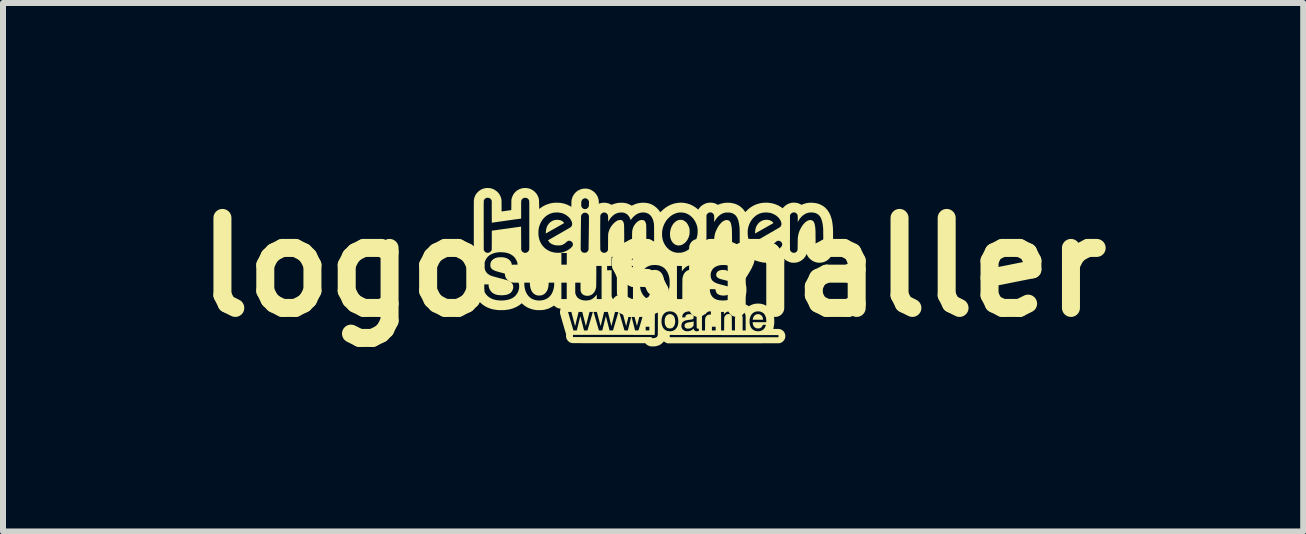
<source format=kicad_pcb>
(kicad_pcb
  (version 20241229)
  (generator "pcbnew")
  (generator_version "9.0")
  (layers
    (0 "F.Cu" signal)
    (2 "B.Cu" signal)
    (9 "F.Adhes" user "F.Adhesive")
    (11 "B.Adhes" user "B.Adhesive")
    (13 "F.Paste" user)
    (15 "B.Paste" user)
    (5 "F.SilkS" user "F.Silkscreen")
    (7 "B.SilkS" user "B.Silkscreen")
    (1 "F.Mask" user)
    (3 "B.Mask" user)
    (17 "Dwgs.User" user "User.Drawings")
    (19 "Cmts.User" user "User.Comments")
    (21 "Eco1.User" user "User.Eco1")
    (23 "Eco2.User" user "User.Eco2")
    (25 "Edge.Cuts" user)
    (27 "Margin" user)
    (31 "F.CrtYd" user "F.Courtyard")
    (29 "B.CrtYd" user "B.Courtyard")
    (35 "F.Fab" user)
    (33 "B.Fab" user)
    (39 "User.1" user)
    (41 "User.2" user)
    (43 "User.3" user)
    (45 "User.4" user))
  (footprint "logo-smaller"
    (layer "F.Cu")
    (at 7.836 1.404)
    (property "Reference" "logo-smaller" (at 0 0 0) (layer "F.SilkS") (effects (font (size 1.5 1.5) (thickness 0.3))))
    (attr board_only exclude_from_pos_files exclude_from_bom)
    (fp_poly (pts (xy 1.765 0.783) (xy 1.779 0.787) (xy 1.793 0.794) (xy 1.804 0.803) (xy 1.814 0.814) (xy 1.822 0.828) (xy 1.828 0.844) (xy 1.829 0.847) (xy 1.83 0.854) (xy 1.831 0.861) (xy 1.832 0.867) (xy 1.832 0.867) (xy 1.832 0.875) (xy 1.746 0.875) (xy 1.66 0.875) (xy 1.661 0.866) (xy 1.664 0.85) (xy 1.67 0.835) (xy 1.677 0.821) (xy 1.686 0.809) (xy 1.689 0.806) (xy 1.701 0.796) (xy 1.714 0.789) (xy 1.729 0.784) (xy 1.745 0.782) (xy 1.748 0.782)) (stroke (width 0) (type solid)) (fill yes) (layer "F.SilkS"))
    (fp_poly (pts (xy -1.576 -0.789) (xy -1.555 -0.785) (xy -1.537 -0.78) (xy -1.52 -0.772) (xy -1.515 -0.768) (xy -1.509 -0.764) (xy -1.503 -0.759) (xy -1.497 -0.753) (xy -1.492 -0.747) (xy -1.487 -0.742) (xy -1.486 -0.739) (xy -1.484 -0.735) (xy -1.635 -0.649) (xy -1.655 -0.638) (xy -1.674 -0.627) (xy -1.693 -0.617) (xy -1.71 -0.607) (xy -1.726 -0.598) (xy -1.74 -0.59) (xy -1.753 -0.583) (xy -1.764 -0.576) (xy -1.773 -0.571) (xy -1.781 -0.567) (xy -1.786 -0.564) (xy -1.788 -0.563) (xy -1.789 -0.563) (xy -1.789 -0.564) (xy -1.789 -0.568) (xy -1.789 -0.574) (xy -1.789 -0.581) (xy -1.789 -0.581) (xy -1.786 -0.608) (xy -1.782 -0.633) (xy -1.777 -0.656) (xy -1.769 -0.676) (xy -1.76 -0.696) (xy -1.748 -0.713) (xy -1.735 -0.73) (xy -1.723 -0.742) (xy -1.706 -0.756) (xy -1.688 -0.768) (xy -1.67 -0.777) (xy -1.65 -0.784) (xy -1.628 -0.788) (xy -1.605 -0.79) (xy -1.598 -0.79)) (stroke (width 0) (type solid)) (fill yes) (layer "F.SilkS"))
    (fp_poly (pts (xy 0.29 0.782) (xy 0.3 0.784) (xy 0.306 0.786) (xy 0.32 0.792) (xy 0.332 0.801) (xy 0.343 0.812) (xy 0.351 0.825) (xy 0.358 0.841) (xy 0.363 0.86) (xy 0.366 0.881) (xy 0.367 0.885) (xy 0.368 0.906) (xy 0.366 0.926) (xy 0.363 0.944) (xy 0.358 0.961) (xy 0.352 0.976) (xy 0.343 0.99) (xy 0.333 1.001) (xy 0.322 1.01) (xy 0.309 1.016) (xy 0.308 1.017) (xy 0.301 1.018) (xy 0.292 1.019) (xy 0.283 1.02) (xy 0.273 1.02) (xy 0.265 1.02) (xy 0.258 1.018) (xy 0.257 1.018) (xy 0.243 1.013) (xy 0.23 1.005) (xy 0.219 0.994) (xy 0.21 0.981) (xy 0.207 0.975) (xy 0.203 0.965) (xy 0.199 0.956) (xy 0.197 0.947) (xy 0.195 0.938) (xy 0.194 0.928) (xy 0.193 0.916) (xy 0.193 0.902) (xy 0.193 0.891) (xy 0.193 0.881) (xy 0.194 0.874) (xy 0.194 0.868) (xy 0.195 0.862) (xy 0.196 0.859) (xy 0.201 0.841) (xy 0.208 0.825) (xy 0.217 0.811) (xy 0.228 0.8) (xy 0.24 0.792) (xy 0.254 0.786) (xy 0.259 0.784) (xy 0.268 0.782) (xy 0.279 0.782)) (stroke (width 0) (type solid)) (fill yes) (layer "F.SilkS"))
    (fp_poly (pts (xy 0.675 0.904) (xy 0.675 0.908) (xy 0.676 0.915) (xy 0.676 0.925) (xy 0.675 0.935) (xy 0.675 0.946) (xy 0.675 0.955) (xy 0.675 0.961) (xy 0.674 0.966) (xy 0.674 0.969) (xy 0.673 0.972) (xy 0.672 0.975) (xy 0.672 0.975) (xy 0.667 0.983) (xy 0.66 0.992) (xy 0.651 1) (xy 0.641 1.007) (xy 0.631 1.013) (xy 0.625 1.016) (xy 0.61 1.02) (xy 0.595 1.023) (xy 0.58 1.023) (xy 0.565 1.022) (xy 0.563 1.021) (xy 0.55 1.017) (xy 0.54 1.011) (xy 0.532 1.003) (xy 0.527 0.995) (xy 0.525 0.988) (xy 0.524 0.979) (xy 0.524 0.97) (xy 0.525 0.961) (xy 0.527 0.954) (xy 0.527 0.954) (xy 0.533 0.945) (xy 0.541 0.937) (xy 0.552 0.93) (xy 0.552 0.93) (xy 0.558 0.928) (xy 0.563 0.926) (xy 0.57 0.924) (xy 0.577 0.922) (xy 0.585 0.92) (xy 0.596 0.919) (xy 0.609 0.916) (xy 0.612 0.916) (xy 0.627 0.914) (xy 0.639 0.912) (xy 0.649 0.91) (xy 0.657 0.908) (xy 0.663 0.906) (xy 0.668 0.905) (xy 0.671 0.903) (xy 0.674 0.902) (xy 0.675 0.902)) (stroke (width 0) (type solid)) (fill yes) (layer "F.SilkS"))
    (fp_poly (pts (xy 1.907 -0.79) (xy 1.919 -0.788) (xy 1.922 -0.788) (xy 1.939 -0.784) (xy 1.956 -0.777) (xy 1.971 -0.77) (xy 1.983 -0.761) (xy 1.987 -0.757) (xy 1.991 -0.753) (xy 1.995 -0.749) (xy 1.999 -0.744) (xy 2.002 -0.739) (xy 2.004 -0.736) (xy 2.004 -0.735) (xy 2.003 -0.734) (xy 1.999 -0.732) (xy 1.993 -0.728) (xy 1.985 -0.724) (xy 1.975 -0.718) (xy 1.963 -0.711) (xy 1.949 -0.703) (xy 1.934 -0.695) (xy 1.918 -0.686) (xy 1.9 -0.676) (xy 1.882 -0.665) (xy 1.863 -0.655) (xy 1.861 -0.654) (xy 1.842 -0.643) (xy 1.823 -0.632) (xy 1.805 -0.622) (xy 1.788 -0.612) (xy 1.772 -0.603) (xy 1.758 -0.595) (xy 1.745 -0.588) (xy 1.733 -0.581) (xy 1.724 -0.576) (xy 1.716 -0.572) (xy 1.711 -0.569) (xy 1.709 -0.567) (xy 1.698 -0.561) (xy 1.699 -0.578) (xy 1.701 -0.599) (xy 1.703 -0.617) (xy 1.706 -0.634) (xy 1.709 -0.649) (xy 1.714 -0.663) (xy 1.719 -0.677) (xy 1.725 -0.689) (xy 1.738 -0.71) (xy 1.752 -0.729) (xy 1.768 -0.745) (xy 1.786 -0.759) (xy 1.806 -0.771) (xy 1.827 -0.78) (xy 1.842 -0.785) (xy 1.853 -0.787) (xy 1.866 -0.789) (xy 1.88 -0.79) (xy 1.894 -0.79)) (stroke (width 0) (type solid)) (fill yes) (layer "F.SilkS"))
    (fp_poly (pts (xy -1.885 0.045) (xy -1.873 0.046) (xy -1.867 0.047) (xy -1.847 0.053) (xy -1.829 0.061) (xy -1.812 0.072) (xy -1.797 0.085) (xy -1.784 0.1) (xy -1.772 0.118) (xy -1.762 0.138) (xy -1.754 0.16) (xy -1.748 0.184) (xy -1.744 0.211) (xy -1.742 0.239) (xy -1.741 0.262) (xy -1.742 0.29) (xy -1.745 0.317) (xy -1.75 0.342) (xy -1.757 0.365) (xy -1.765 0.386) (xy -1.776 0.405) (xy -1.788 0.422) (xy -1.802 0.436) (xy -1.817 0.449) (xy -1.834 0.458) (xy -1.852 0.466) (xy -1.866 0.469) (xy -1.875 0.47) (xy -1.886 0.471) (xy -1.897 0.472) (xy -1.909 0.472) (xy -1.919 0.471) (xy -1.925 0.47) (xy -1.945 0.466) (xy -1.963 0.458) (xy -1.98 0.448) (xy -1.995 0.436) (xy -2.009 0.421) (xy -2.021 0.404) (xy -2.031 0.384) (xy -2.04 0.362) (xy -2.046 0.338) (xy -2.051 0.312) (xy -2.053 0.299) (xy -2.054 0.29) (xy -2.054 0.278) (xy -2.054 0.264) (xy -2.054 0.25) (xy -2.054 0.236) (xy -2.053 0.222) (xy -2.052 0.21) (xy -2.051 0.2) (xy -2.05 0.196) (xy -2.045 0.171) (xy -2.038 0.149) (xy -2.029 0.129) (xy -2.019 0.111) (xy -2.008 0.095) (xy -2.002 0.089) (xy -1.988 0.075) (xy -1.973 0.064) (xy -1.957 0.056) (xy -1.939 0.05) (xy -1.937 0.049) (xy -1.926 0.047) (xy -1.913 0.045) (xy -1.899 0.045)) (stroke (width 0) (type solid)) (fill yes) (layer "F.SilkS"))
    (fp_poly (pts (xy 0.034 0.045) (xy 0.048 0.046) (xy 0.06 0.048) (xy 0.066 0.049) (xy 0.085 0.056) (xy 0.103 0.065) (xy 0.118 0.076) (xy 0.133 0.09) (xy 0.145 0.107) (xy 0.156 0.125) (xy 0.165 0.146) (xy 0.173 0.169) (xy 0.178 0.194) (xy 0.182 0.221) (xy 0.183 0.25) (xy 0.183 0.261) (xy 0.183 0.271) (xy 0.183 0.281) (xy 0.183 0.29) (xy 0.182 0.298) (xy 0.182 0.3) (xy 0.178 0.327) (xy 0.172 0.352) (xy 0.164 0.374) (xy 0.154 0.395) (xy 0.143 0.413) (xy 0.13 0.429) (xy 0.115 0.442) (xy 0.099 0.454) (xy 0.082 0.462) (xy 0.062 0.468) (xy 0.058 0.469) (xy 0.049 0.47) (xy 0.039 0.471) (xy 0.027 0.472) (xy 0.016 0.472) (xy 0.005 0.471) (xy -0.001 0.47) (xy -0.02 0.466) (xy -0.038 0.458) (xy -0.055 0.448) (xy -0.071 0.435) (xy -0.077 0.429) (xy -0.09 0.413) (xy -0.101 0.395) (xy -0.111 0.375) (xy -0.119 0.352) (xy -0.124 0.327) (xy -0.128 0.304) (xy -0.129 0.293) (xy -0.13 0.281) (xy -0.13 0.267) (xy -0.13 0.253) (xy -0.13 0.24) (xy -0.129 0.227) (xy -0.129 0.218) (xy -0.125 0.191) (xy -0.119 0.166) (xy -0.111 0.143) (xy -0.102 0.123) (xy -0.09 0.104) (xy -0.077 0.088) (xy -0.063 0.074) (xy -0.046 0.063) (xy -0.029 0.055) (xy -0.009 0.048) (xy -0.005 0.047) (xy 0.007 0.046) (xy 0.02 0.045)) (stroke (width 0) (type solid)) (fill yes) (layer "F.SilkS"))
    (fp_poly (pts (xy 0.469 -0.789) (xy 0.479 -0.789) (xy 0.487 -0.787) (xy 0.495 -0.785) (xy 0.503 -0.782) (xy 0.512 -0.777) (xy 0.514 -0.776) (xy 0.531 -0.765) (xy 0.547 -0.752) (xy 0.562 -0.736) (xy 0.575 -0.717) (xy 0.586 -0.697) (xy 0.596 -0.675) (xy 0.598 -0.669) (xy 0.601 -0.658) (xy 0.604 -0.649) (xy 0.606 -0.641) (xy 0.607 -0.632) (xy 0.608 -0.623) (xy 0.608 -0.612) (xy 0.608 -0.599) (xy 0.608 -0.594) (xy 0.608 -0.582) (xy 0.608 -0.573) (xy 0.608 -0.565) (xy 0.607 -0.559) (xy 0.607 -0.553) (xy 0.606 -0.547) (xy 0.605 -0.543) (xy 0.598 -0.517) (xy 0.589 -0.491) (xy 0.577 -0.467) (xy 0.564 -0.445) (xy 0.548 -0.425) (xy 0.539 -0.415) (xy 0.522 -0.4) (xy 0.506 -0.388) (xy 0.489 -0.378) (xy 0.471 -0.37) (xy 0.465 -0.368) (xy 0.455 -0.366) (xy 0.443 -0.364) (xy 0.431 -0.363) (xy 0.418 -0.363) (xy 0.407 -0.364) (xy 0.398 -0.366) (xy 0.379 -0.372) (xy 0.361 -0.381) (xy 0.345 -0.393) (xy 0.33 -0.407) (xy 0.317 -0.424) (xy 0.305 -0.444) (xy 0.302 -0.449) (xy 0.295 -0.467) (xy 0.288 -0.488) (xy 0.284 -0.51) (xy 0.282 -0.533) (xy 0.281 -0.557) (xy 0.282 -0.581) (xy 0.286 -0.605) (xy 0.291 -0.628) (xy 0.295 -0.642) (xy 0.304 -0.667) (xy 0.315 -0.69) (xy 0.328 -0.711) (xy 0.342 -0.73) (xy 0.358 -0.747) (xy 0.375 -0.761) (xy 0.393 -0.773) (xy 0.412 -0.782) (xy 0.418 -0.784) (xy 0.424 -0.786) (xy 0.428 -0.788) (xy 0.433 -0.788) (xy 0.437 -0.789) (xy 0.443 -0.789) (xy 0.451 -0.789) (xy 0.457 -0.789)) (stroke (width 0) (type solid)) (fill yes) (layer "F.SilkS"))
    (fp_poly (pts (xy -2.75 -1.32) (xy -2.729 -1.319) (xy -2.711 -1.316) (xy -2.693 -1.312) (xy -2.675 -1.306) (xy -2.657 -1.298) (xy -2.654 -1.296) (xy -2.632 -1.284) (xy -2.611 -1.269) (xy -2.592 -1.252) (xy -2.575 -1.233) (xy -2.561 -1.213) (xy -2.549 -1.192) (xy -2.54 -1.172) (xy -2.538 -1.164) (xy -2.535 -1.157) (xy -2.533 -1.151) (xy -2.531 -1.144) (xy -2.53 -1.137) (xy -2.529 -1.13) (xy -2.528 -1.122) (xy -2.527 -1.113) (xy -2.527 -1.102) (xy -2.526 -1.09) (xy -2.526 -1.076) (xy -2.526 -1.06) (xy -2.526 -1.041) (xy -2.526 -1.02) (xy -2.526 -1.02) (xy -2.526 -1.003) (xy -2.526 -0.988) (xy -2.526 -0.974) (xy -2.526 -0.961) (xy -2.526 -0.951) (xy -2.526 -0.942) (xy -2.525 -0.935) (xy -2.525 -0.931) (xy -2.525 -0.93) (xy -2.524 -0.93) (xy -2.519 -0.93) (xy -2.513 -0.931) (xy -2.504 -0.932) (xy -2.494 -0.934) (xy -2.482 -0.935) (xy -2.47 -0.937) (xy -2.457 -0.939) (xy -2.444 -0.941) (xy -2.43 -0.943) (xy -2.418 -0.945) (xy -2.406 -0.946) (xy -2.395 -0.948) (xy -2.385 -0.949) (xy -2.378 -0.95) (xy -2.372 -0.951) (xy -2.369 -0.951) (xy -2.369 -0.952) (xy -2.364 -0.952) (xy -2.363 -1.039) (xy -2.363 -1.058) (xy -2.363 -1.073) (xy -2.363 -1.087) (xy -2.363 -1.098) (xy -2.363 -1.107) (xy -2.362 -1.114) (xy -2.362 -1.12) (xy -2.362 -1.125) (xy -2.361 -1.129) (xy -2.361 -1.132) (xy -2.36 -1.135) (xy -2.36 -1.138) (xy -2.359 -1.139) (xy -2.351 -1.166) (xy -2.341 -1.191) (xy -2.329 -1.214) (xy -2.314 -1.235) (xy -2.297 -1.254) (xy -2.278 -1.271) (xy -2.256 -1.286) (xy -2.239 -1.296) (xy -2.22 -1.304) (xy -2.203 -1.31) (xy -2.185 -1.315) (xy -2.166 -1.318) (xy -2.145 -1.32) (xy -2.139 -1.32) (xy -2.12 -1.32) (xy -2.102 -1.319) (xy -2.086 -1.316) (xy -2.069 -1.312) (xy -2.061 -1.31) (xy -2.037 -1.301) (xy -2.015 -1.289) (xy -1.993 -1.275) (xy -1.974 -1.258) (xy -1.956 -1.24) (xy -1.941 -1.22) (xy -1.927 -1.198) (xy -1.917 -1.175) (xy -1.91 -1.156) (xy -1.908 -1.149) (xy -1.906 -1.143) (xy -1.905 -1.137) (xy -1.904 -1.131) (xy -1.903 -1.124) (xy -1.902 -1.117) (xy -1.902 -1.108) (xy -1.901 -1.099) (xy -1.901 -1.087) (xy -1.901 -1.073) (xy -1.9 -1.057) (xy -1.9 -1.043) (xy -1.899 -0.971) (xy -1.886 -0.981) (xy -1.856 -1.002) (xy -1.825 -1.021) (xy -1.793 -1.037) (xy -1.759 -1.05) (xy -1.725 -1.061) (xy -1.689 -1.069) (xy -1.662 -1.073) (xy -1.651 -1.074) (xy -1.638 -1.075) (xy -1.624 -1.075) (xy -1.609 -1.075) (xy -1.594 -1.075) (xy -1.58 -1.075) (xy -1.567 -1.074) (xy -1.558 -1.074) (xy -1.523 -1.069) (xy -1.49 -1.062) (xy -1.459 -1.053) (xy -1.429 -1.041) (xy -1.399 -1.027) (xy -1.385 -1.019) (xy -1.378 -1.015) (xy -1.372 -1.012) (xy -1.367 -1.009) (xy -1.364 -1.008) (xy -1.364 -1.007) (xy -1.363 -1.009) (xy -1.363 -1.013) (xy -1.363 -1.019) (xy -1.363 -1.027) (xy -1.363 -1.037) (xy -1.363 -1.048) (xy -1.363 -1.05) (xy -1.363 -1.058) (xy -1.198 -1.058) (xy -1.198 -1.048) (xy -1.198 -1.038) (xy -1.198 -1.03) (xy -1.198 -1.024) (xy -1.197 -1.019) (xy -1.197 -1.016) (xy -1.196 -1.013) (xy -1.195 -1.01) (xy -1.194 -1.008) (xy -1.186 -0.995) (xy -1.177 -0.985) (xy -1.166 -0.977) (xy -1.154 -0.972) (xy -1.145 -0.97) (xy -1.135 -0.969) (xy -1.125 -0.97) (xy -1.117 -0.971) (xy -1.105 -0.976) (xy -1.095 -0.983) (xy -1.086 -0.992) (xy -1.078 -1.003) (xy -1.073 -1.015) (xy -1.071 -1.022) (xy -1.071 -1.026) (xy -1.07 -1.032) (xy -1.07 -1.041) (xy -1.07 -1.05) (xy -1.069 -1.061) (xy -1.069 -1.064) (xy -1.069 -1.098) (xy -1.074 -1.109) (xy -1.079 -1.118) (xy -1.086 -1.126) (xy -1.094 -1.134) (xy -1.102 -1.14) (xy -1.106 -1.142) (xy -1.118 -1.147) (xy -1.131 -1.149) (xy -1.144 -1.148) (xy -1.156 -1.144) (xy -1.168 -1.137) (xy -1.178 -1.129) (xy -1.187 -1.118) (xy -1.193 -1.105) (xy -1.197 -1.091) (xy -1.197 -1.091) (xy -1.198 -1.086) (xy -1.198 -1.078) (xy -1.198 -1.069) (xy -1.198 -1.058) (xy -1.363 -1.058) (xy -1.362 -1.062) (xy -1.362 -1.074) (xy -1.362 -1.085) (xy -1.361 -1.095) (xy -1.361 -1.103) (xy -1.361 -1.108) (xy -1.356 -1.133) (xy -1.349 -1.157) (xy -1.339 -1.181) (xy -1.327 -1.203) (xy -1.312 -1.223) (xy -1.296 -1.242) (xy -1.278 -1.259) (xy -1.258 -1.274) (xy -1.236 -1.286) (xy -1.213 -1.297) (xy -1.189 -1.304) (xy -1.166 -1.309) (xy -1.141 -1.311) (xy -1.115 -1.311) (xy -1.09 -1.307) (xy -1.066 -1.301) (xy -1.042 -1.292) (xy -1.02 -1.28) (xy -0.998 -1.266) (xy -0.979 -1.25) (xy -0.967 -1.238) (xy -0.951 -1.218) (xy -0.937 -1.199) (xy -0.926 -1.178) (xy -0.918 -1.157) (xy -0.911 -1.136) (xy -0.909 -1.124) (xy -0.907 -1.11) (xy -0.906 -1.095) (xy -0.905 -1.081) (xy -0.905 -1.07) (xy -0.906 -1.057) (xy -0.9 -1.06) (xy -0.885 -1.065) (xy -0.868 -1.07) (xy -0.85 -1.073) (xy -0.832 -1.075) (xy -0.816 -1.075) (xy -0.791 -1.074) (xy -0.767 -1.07) (xy -0.744 -1.064) (xy -0.721 -1.055) (xy -0.706 -1.047) (xy -0.7 -1.044) (xy -0.696 -1.042) (xy -0.693 -1.04) (xy -0.693 -1.04) (xy -0.691 -1.041) (xy -0.687 -1.042) (xy -0.682 -1.044) (xy -0.681 -1.045) (xy -0.655 -1.055) (xy -0.627 -1.063) (xy -0.598 -1.07) (xy -0.569 -1.074) (xy -0.539 -1.075) (xy -0.51 -1.075) (xy -0.481 -1.072) (xy -0.454 -1.067) (xy -0.451 -1.067) (xy -0.434 -1.062) (xy -0.417 -1.056) (xy -0.399 -1.048) (xy -0.382 -1.04) (xy -0.367 -1.032) (xy -0.365 -1.031) (xy -0.356 -1.025) (xy -0.335 -1.036) (xy -0.305 -1.049) (xy -0.276 -1.06) (xy -0.246 -1.067) (xy -0.215 -1.072) (xy -0.183 -1.075) (xy -0.166 -1.075) (xy -0.136 -1.074) (xy -0.108 -1.071) (xy -0.081 -1.066) (xy -0.054 -1.058) (xy -0.029 -1.048) (xy -0.016 -1.042) (xy 0.01 -1.027) (xy 0.034 -1.01) (xy 0.057 -0.991) (xy 0.079 -0.969) (xy 0.099 -0.945) (xy 0.112 -0.927) (xy 0.115 -0.922) (xy 0.118 -0.918) (xy 0.119 -0.916) (xy 0.119 -0.916) (xy 0.12 -0.917) (xy 0.123 -0.92) (xy 0.127 -0.924) (xy 0.133 -0.929) (xy 0.139 -0.936) (xy 0.14 -0.936) (xy 0.166 -0.96) (xy 0.194 -0.983) (xy 0.224 -1.004) (xy 0.254 -1.022) (xy 0.285 -1.037) (xy 0.286 -1.038) (xy 0.319 -1.051) (xy 0.353 -1.062) (xy 0.388 -1.069) (xy 0.422 -1.074) (xy 0.457 -1.076) (xy 0.492 -1.075) (xy 0.527 -1.071) (xy 0.561 -1.064) (xy 0.592 -1.055) (xy 0.623 -1.044) (xy 0.653 -1.029) (xy 0.683 -1.012) (xy 0.712 -0.993) (xy 0.739 -0.971) (xy 0.742 -0.968) (xy 0.752 -0.96) (xy 0.76 -0.973) (xy 0.776 -0.994) (xy 0.793 -1.012) (xy 0.802 -1.02) (xy 0.824 -1.037) (xy 0.847 -1.05) (xy 0.87 -1.061) (xy 0.894 -1.069) (xy 0.919 -1.074) (xy 0.945 -1.076) (xy 0.954 -1.077) (xy 0.979 -1.075) (xy 1.003 -1.072) (xy 1.025 -1.066) (xy 1.047 -1.057) (xy 1.066 -1.048) (xy 1.079 -1.04) (xy 1.093 -1.046) (xy 1.124 -1.057) (xy 1.156 -1.066) (xy 1.188 -1.072) (xy 1.222 -1.075) (xy 1.256 -1.075) (xy 1.264 -1.075) (xy 1.298 -1.072) (xy 1.33 -1.066) (xy 1.361 -1.058) (xy 1.39 -1.047) (xy 1.417 -1.034) (xy 1.443 -1.018) (xy 1.458 -1.007) (xy 1.471 -0.996) (xy 1.485 -0.983) (xy 1.499 -0.969) (xy 1.511 -0.954) (xy 1.523 -0.938) (xy 1.527 -0.932) (xy 1.531 -0.927) (xy 1.533 -0.922) (xy 1.535 -0.92) (xy 1.536 -0.919) (xy 1.537 -0.92) (xy 1.54 -0.923) (xy 1.544 -0.927) (xy 1.549 -0.932) (xy 1.555 -0.938) (xy 1.582 -0.964) (xy 1.611 -0.988) (xy 1.641 -1.008) (xy 1.672 -1.026) (xy 1.705 -1.042) (xy 1.739 -1.054) (xy 1.774 -1.064) (xy 1.811 -1.071) (xy 1.818 -1.072) (xy 1.823 -1.073) (xy 1.83 -1.073) (xy 1.839 -1.074) (xy 1.849 -1.075) (xy 1.855 -1.075) (xy 1.891 -1.076) (xy 1.927 -1.074) (xy 1.962 -1.069) (xy 1.997 -1.062) (xy 2.03 -1.052) (xy 2.061 -1.04) (xy 2.074 -1.035) (xy 2.086 -1.029) (xy 2.099 -1.022) (xy 2.112 -1.014) (xy 2.126 -1.006) (xy 2.138 -0.998) (xy 2.147 -0.992) (xy 2.16 -0.982) (xy 2.163 -0.987) (xy 2.165 -0.989) (xy 2.168 -0.993) (xy 2.174 -0.999) (xy 2.18 -1.005) (xy 2.184 -1.009) (xy 2.204 -1.027) (xy 2.225 -1.042) (xy 2.247 -1.055) (xy 2.271 -1.064) (xy 2.296 -1.071) (xy 2.308 -1.074) (xy 2.315 -1.075) (xy 2.322 -1.076) (xy 2.329 -1.076) (xy 2.337 -1.076) (xy 2.346 -1.076) (xy 2.354 -1.076) (xy 2.367 -1.076) (xy 2.378 -1.075) (xy 2.388 -1.073) (xy 2.397 -1.072) (xy 2.407 -1.069) (xy 2.418 -1.066) (xy 2.42 -1.065) (xy 2.434 -1.06) (xy 2.447 -1.054) (xy 2.46 -1.047) (xy 2.463 -1.045) (xy 2.471 -1.04) (xy 2.488 -1.047) (xy 2.519 -1.058) (xy 2.551 -1.067) (xy 2.584 -1.073) (xy 2.618 -1.075) (xy 2.652 -1.075) (xy 2.686 -1.072) (xy 2.7 -1.07) (xy 2.732 -1.064) (xy 2.762 -1.055) (xy 2.791 -1.043) (xy 2.818 -1.029) (xy 2.843 -1.013) (xy 2.867 -0.994) (xy 2.888 -0.972) (xy 2.908 -0.949) (xy 2.925 -0.923) (xy 2.94 -0.896) (xy 2.952 -0.872) (xy 2.961 -0.846) (xy 2.97 -0.82) (xy 2.978 -0.792) (xy 2.984 -0.762) (xy 2.989 -0.729) (xy 2.992 -0.704) (xy 2.993 -0.695) (xy 2.994 -0.686) (xy 2.995 -0.678) (xy 2.996 -0.67) (xy 2.996 -0.662) (xy 2.997 -0.653) (xy 2.997 -0.645) (xy 2.998 -0.635) (xy 2.998 -0.625) (xy 2.998 -0.614) (xy 2.999 -0.601) (xy 2.999 -0.587) (xy 2.999 -0.571) (xy 2.999 -0.554) (xy 2.999 -0.534) (xy 2.999 -0.511) (xy 2.999 -0.487) (xy 2.999 -0.459) (xy 2.999 -0.455) (xy 2.999 -0.429) (xy 2.999 -0.405) (xy 2.999 -0.384) (xy 2.999 -0.365) (xy 2.999 -0.349) (xy 2.999 -0.335) (xy 2.999 -0.323) (xy 2.999 -0.313) (xy 2.999 -0.304) (xy 2.999 -0.296) (xy 2.998 -0.29) (xy 2.998 -0.285) (xy 2.998 -0.281) (xy 2.998 -0.277) (xy 2.997 -0.274) (xy 2.997 -0.271) (xy 2.996 -0.268) (xy 2.991 -0.242) (xy 2.982 -0.217) (xy 2.971 -0.194) (xy 2.958 -0.172) (xy 2.943 -0.152) (xy 2.925 -0.134) (xy 2.906 -0.118) (xy 2.884 -0.104) (xy 2.876 -0.1) (xy 2.855 -0.09) (xy 2.834 -0.083) (xy 2.813 -0.078) (xy 2.79 -0.076) (xy 2.772 -0.075) (xy 2.746 -0.076) (xy 2.721 -0.081) (xy 2.696 -0.088) (xy 2.673 -0.098) (xy 2.651 -0.11) (xy 2.63 -0.125) (xy 2.611 -0.142) (xy 2.593 -0.161) (xy 2.578 -0.183) (xy 2.578 -0.183) (xy 2.575 -0.188) (xy 2.571 -0.195) (xy 2.568 -0.202) (xy 2.564 -0.209) (xy 2.562 -0.215) (xy 2.56 -0.219) (xy 2.56 -0.219) (xy 2.559 -0.221) (xy 2.558 -0.221) (xy 2.557 -0.22) (xy 2.556 -0.217) (xy 2.554 -0.212) (xy 2.552 -0.208) (xy 2.54 -0.185) (xy 2.526 -0.164) (xy 2.509 -0.144) (xy 2.491 -0.127) (xy 2.47 -0.112) (xy 2.448 -0.099) (xy 2.425 -0.089) (xy 2.4 -0.081) (xy 2.395 -0.08) (xy 2.382 -0.077) (xy 2.366 -0.076) (xy 2.349 -0.075) (xy 2.332 -0.075) (xy 2.316 -0.076) (xy 2.302 -0.078) (xy 2.297 -0.079) (xy 2.271 -0.087) (xy 2.247 -0.097) (xy 2.224 -0.109) (xy 2.202 -0.124) (xy 2.182 -0.142) (xy 2.18 -0.144) (xy 2.169 -0.155) (xy 2.157 -0.147) (xy 2.125 -0.129) (xy 2.091 -0.113) (xy 2.055 -0.1) (xy 2.019 -0.089) (xy 1.982 -0.081) (xy 1.974 -0.079) (xy 1.967 -0.078) (xy 1.961 -0.077) (xy 1.955 -0.077) (xy 1.948 -0.076) (xy 1.941 -0.076) (xy 1.932 -0.076) (xy 1.92 -0.076) (xy 1.907 -0.076) (xy 1.89 -0.076) (xy 1.877 -0.076) (xy 1.864 -0.076) (xy 1.853 -0.077) (xy 1.843 -0.078) (xy 1.832 -0.079) (xy 1.821 -0.081) (xy 1.809 -0.083) (xy 1.808 -0.084) (xy 1.786 -0.088) (xy 1.764 -0.094) (xy 1.742 -0.1) (xy 1.721 -0.107) (xy 1.703 -0.114) (xy 1.702 -0.114) (xy 1.692 -0.119) (xy 1.688 -0.104) (xy 1.683 -0.084) (xy 1.677 -0.064) (xy 1.669 -0.042) (xy 1.658 -0.019) (xy 1.647 0.007) (xy 1.646 0.008) (xy 1.64 0.021) (xy 1.633 0.034) (xy 1.625 0.048) (xy 1.617 0.063) (xy 1.608 0.078) (xy 1.598 0.095) (xy 1.587 0.112) (xy 1.575 0.132) (xy 1.561 0.154) (xy 1.546 0.177) (xy 1.541 0.185) (xy 1.517 0.222) (xy 1.523 0.233) (xy 1.533 0.255) (xy 1.541 0.278) (xy 1.548 0.303) (xy 1.553 0.324) (xy 1.554 0.335) (xy 1.555 0.349) (xy 1.555 0.363) (xy 1.555 0.379) (xy 1.555 0.394) (xy 1.554 0.409) (xy 1.553 0.423) (xy 1.552 0.433) (xy 1.545 0.464) (xy 1.535 0.493) (xy 1.524 0.521) (xy 1.513 0.541) (xy 1.507 0.551) (xy 1.502 0.559) (xy 1.496 0.567) (xy 1.49 0.575) (xy 1.483 0.584) (xy 1.475 0.594) (xy 1.47 0.599) (xy 1.468 0.602) (xy 1.466 0.605) (xy 1.466 0.605) (xy 1.469 0.605) (xy 1.473 0.606) (xy 1.479 0.607) (xy 1.485 0.608) (xy 1.512 0.612) (xy 1.537 0.62) (xy 1.56 0.629) (xy 1.581 0.641) (xy 1.584 0.643) (xy 1.595 0.651) (xy 1.604 0.645) (xy 1.609 0.642) (xy 1.616 0.639) (xy 1.623 0.635) (xy 1.629 0.632) (xy 1.655 0.621) (xy 1.682 0.613) (xy 1.709 0.608) (xy 1.736 0.606) (xy 1.763 0.606) (xy 1.79 0.608) (xy 1.816 0.614) (xy 1.842 0.621) (xy 1.867 0.632) (xy 1.89 0.644) (xy 1.913 0.659) (xy 1.933 0.676) (xy 1.949 0.693) (xy 1.967 0.715) (xy 1.982 0.738) (xy 1.995 0.764) (xy 2.004 0.79) (xy 2.011 0.813) (xy 2.013 0.825) (xy 2.015 0.836) (xy 2.017 0.847) (xy 2.018 0.859) (xy 2.018 0.873) (xy 2.019 0.888) (xy 2.019 0.896) (xy 2.019 0.909) (xy 2.02 0.919) (xy 2.019 0.926) (xy 2.019 0.933) (xy 2.019 0.938) (xy 2.018 0.942) (xy 2.018 0.946) (xy 2.017 0.946) (xy 2.016 0.953) (xy 2.015 0.961) (xy 2.014 0.97) (xy 2.013 0.973) (xy 2.013 0.98) (xy 2.011 0.989) (xy 2.009 0.998) (xy 2.007 1.007) (xy 2.005 1.016) (xy 2.003 1.022) (xy 2.002 1.025) (xy 2.002 1.026) (xy 2.003 1.026) (xy 2.004 1.027) (xy 2.007 1.027) (xy 2.011 1.028) (xy 2.017 1.028) (xy 2.025 1.028) (xy 2.036 1.028) (xy 2.049 1.028) (xy 2.053 1.028) (xy 2.068 1.029) (xy 2.081 1.029) (xy 2.091 1.029) (xy 2.099 1.03) (xy 2.106 1.03) (xy 2.112 1.031) (xy 2.117 1.033) (xy 2.122 1.034) (xy 2.127 1.036) (xy 2.133 1.039) (xy 2.136 1.04) (xy 2.152 1.05) (xy 2.167 1.061) (xy 2.179 1.075) (xy 2.189 1.091) (xy 2.197 1.108) (xy 2.2 1.118) (xy 2.202 1.131) (xy 2.203 1.145) (xy 2.203 1.159) (xy 2.201 1.172) (xy 2.2 1.177) (xy 2.195 1.193) (xy 2.187 1.209) (xy 2.177 1.223) (xy 2.166 1.235) (xy 2.159 1.241) (xy 2.149 1.249) (xy 2.138 1.255) (xy 2.126 1.26) (xy 2.121 1.262) (xy 2.107 1.267) (xy 1.812 1.268) (xy 1.789 1.268) (xy 1.763 1.268) (xy 1.735 1.268) (xy 1.704 1.268) (xy 1.67 1.268) (xy 1.635 1.268) (xy 1.597 1.268) (xy 1.558 1.268) (xy 1.516 1.268) (xy 1.474 1.268) (xy 1.43 1.268) (xy 1.385 1.268) (xy 1.339 1.269) (xy 1.292 1.269) (xy 1.244 1.269) (xy 1.196 1.269) (xy 1.148 1.269) (xy 1.099 1.269) (xy 1.05 1.269) (xy 1.002 1.269) (xy 0.954 1.269) (xy 0.907 1.269) (xy 0.879 1.269) (xy 0.24 1.268) (xy 0.23 1.265) (xy 0.218 1.26) (xy 0.206 1.254) (xy 0.195 1.248) (xy 0.188 1.242) (xy 0.184 1.239) (xy 0.18 1.237) (xy 0.179 1.236) (xy 0.179 1.236) (xy 0.177 1.237) (xy 0.175 1.24) (xy 0.173 1.243) (xy 0.169 1.247) (xy 0.165 1.252) (xy 0.159 1.258) (xy 0.157 1.26) (xy 0.139 1.276) (xy 0.119 1.29) (xy 0.098 1.301) (xy 0.074 1.309) (xy 0.049 1.316) (xy 0.034 1.318) (xy 0.023 1.319) (xy 0.01 1.32) (xy -0.003 1.32) (xy -0.016 1.32) (xy -0.028 1.32) (xy -0.038 1.319) (xy -0.042 1.318) (xy -0.061 1.314) (xy -0.078 1.307) (xy -0.095 1.298) (xy -0.11 1.288) (xy -0.122 1.276) (xy -0.123 1.274) (xy -0.131 1.266) (xy -0.735 1.266) (xy -0.791 1.266) (xy -0.843 1.266) (xy -0.893 1.266) (xy -0.94 1.266) (xy -0.984 1.266) (xy -1.025 1.266) (xy -1.064 1.266) (xy -1.099 1.266) (xy -1.133 1.266) (xy -1.163 1.266) (xy -1.191 1.266) (xy -1.217 1.265) (xy -1.24 1.265) (xy -1.261 1.265) (xy -1.28 1.265) (xy -1.296 1.265) (xy -1.31 1.265) (xy -1.322 1.265) (xy -1.332 1.265) (xy -1.339 1.265) (xy -1.345 1.265) (xy -1.349 1.264) (xy -1.35 1.264) (xy -1.369 1.26) (xy -1.385 1.253) (xy -1.401 1.244) (xy -1.415 1.233) (xy -1.426 1.22) (xy -1.436 1.205) (xy -1.444 1.189) (xy -1.449 1.172) (xy -1.452 1.154) (xy -1.452 1.136) (xy -1.452 1.131) (xy -1.451 1.127) (xy -1.336 1.127) (xy -1.336 1.145) (xy -1.336 1.164) (xy -0.68 1.164) (xy -0.023 1.164) (xy -0.023 1.173) (xy -0.023 1.177) (xy -0.022 1.18) (xy -0.021 1.181) (xy -0.019 1.182) (xy -0.013 1.182) (xy -0.006 1.182) (xy 0.003 1.182) (xy 0.012 1.181) (xy 0.02 1.18) (xy 0.027 1.179) (xy 0.029 1.178) (xy 0.044 1.173) (xy 0.055 1.167) (xy 0.065 1.158) (xy 0.072 1.148) (xy 0.072 1.147) (xy 0.277 1.147) (xy 0.277 1.166) (xy 0.431 1.166) (xy 0.443 1.166) (xy 0.457 1.166) (xy 0.475 1.166) (xy 0.495 1.166) (xy 0.517 1.166) (xy 0.542 1.166) (xy 0.569 1.166) (xy 0.599 1.167) (xy 0.63 1.167) (xy 0.664 1.167) (xy 0.699 1.167) (xy 0.736 1.167) (xy 0.775 1.167) (xy 0.815 1.167) (xy 0.857 1.167) (xy 0.9 1.167) (xy 0.944 1.167) (xy 0.989 1.167) (xy 1.035 1.167) (xy 1.082 1.167) (xy 1.129 1.167) (xy 1.177 1.167) (xy 1.226 1.167) (xy 1.274 1.167) (xy 1.323 1.167) (xy 1.337 1.167) (xy 2.089 1.167) (xy 2.089 1.149) (xy 2.089 1.131) (xy 1.753 1.131) (xy 1.725 1.131) (xy 1.694 1.131) (xy 1.661 1.131) (xy 1.625 1.131) (xy 1.587 1.131) (xy 1.547 1.131) (xy 1.505 1.131) (xy 1.461 1.131) (xy 1.417 1.131) (xy 1.371 1.131) (xy 1.324 1.131) (xy 1.276 1.131) (xy 1.228 1.131) (xy 1.179 1.131) (xy 1.13 1.13) (xy 1.082 1.13) (xy 1.033 1.13) (xy 0.985 1.13) (xy 0.938 1.13) (xy 0.892 1.13) (xy 0.847 1.13) (xy 0.277 1.129) (xy 0.277 1.147) (xy 0.072 1.147) (xy 0.076 1.136) (xy 0.077 1.131) (xy 0.078 1.128) (xy 0.078 1.122) (xy 0.078 1.114) (xy 0.078 1.102) (xy 0.078 1.088) (xy 0.078 1.071) (xy 0.079 1.051) (xy 0.079 1.029) (xy 0.079 1.004) (xy 0.079 0.977) (xy 0.079 0.948) (xy 0.079 0.934) (xy 0.079 0.904) (xy 0.14 0.904) (xy 0.141 0.927) (xy 0.144 0.95) (xy 0.147 0.962) (xy 0.154 0.983) (xy 0.162 1.002) (xy 0.173 1.018) (xy 0.185 1.032) (xy 0.2 1.044) (xy 0.216 1.054) (xy 0.234 1.061) (xy 0.254 1.065) (xy 0.263 1.066) (xy 0.273 1.067) (xy 0.285 1.067) (xy 0.297 1.066) (xy 0.307 1.065) (xy 0.314 1.064) (xy 0.333 1.058) (xy 0.35 1.05) (xy 0.366 1.039) (xy 0.379 1.026) (xy 0.391 1.011) (xy 0.401 0.994) (xy 0.409 0.975) (xy 0.471 0.975) (xy 0.472 0.992) (xy 0.476 1.007) (xy 0.481 1.02) (xy 0.49 1.033) (xy 0.494 1.038) (xy 0.506 1.048) (xy 0.52 1.056) (xy 0.535 1.062) (xy 0.55 1.066) (xy 0.561 1.067) (xy 0.574 1.067) (xy 0.586 1.066) (xy 0.599 1.065) (xy 0.609 1.062) (xy 0.61 1.062) (xy 0.617 1.06) (xy 0.626 1.056) (xy 0.634 1.053) (xy 0.635 1.052) (xy 0.641 1.049) (xy 0.647 1.045) (xy 0.655 1.04) (xy 0.662 1.035) (xy 0.667 1.031) (xy 0.671 1.027) (xy 0.673 1.026) (xy 0.675 1.024) (xy 0.676 1.024) (xy 0.678 1.027) (xy 0.679 1.031) (xy 0.682 1.043) (xy 0.688 1.052) (xy 0.696 1.059) (xy 0.706 1.064) (xy 0.718 1.067) (xy 0.732 1.067) (xy 0.733 1.067) (xy 0.74 1.066) (xy 0.748 1.065) (xy 0.753 1.064) (xy 0.754 1.064) (xy 0.761 1.062) (xy 0.762 1.043) (xy 0.762 1.024) (xy 0.754 1.025) (xy 0.745 1.024) (xy 0.737 1.022) (xy 0.731 1.018) (xy 0.729 1.015) (xy 0.728 1.014) (xy 0.728 1.013) (xy 0.727 1.011) (xy 0.727 1.009) (xy 0.727 1.006) (xy 0.726 1.002) (xy 0.726 0.996) (xy 0.726 0.989) (xy 0.726 0.98) (xy 0.726 0.969) (xy 0.726 0.956) (xy 0.726 0.941) (xy 0.725 0.923) (xy 0.725 0.908) (xy 0.725 0.887) (xy 0.725 0.869) (xy 0.725 0.854) (xy 0.725 0.841) (xy 0.725 0.83) (xy 0.724 0.821) (xy 0.724 0.814) (xy 0.724 0.808) (xy 0.724 0.804) (xy 0.723 0.801) (xy 0.723 0.798) (xy 0.722 0.797) (xy 0.717 0.782) (xy 0.709 0.77) (xy 0.698 0.76) (xy 0.685 0.751) (xy 0.671 0.745) (xy 0.814 0.745) (xy 0.814 0.898) (xy 0.814 0.92) (xy 0.814 0.94) (xy 0.814 0.959) (xy 0.814 0.978) (xy 0.814 0.994) (xy 0.814 1.009) (xy 0.814 1.022) (xy 0.814 1.033) (xy 0.814 1.042) (xy 0.814 1.048) (xy 0.815 1.052) (xy 0.815 1.053) (xy 0.816 1.053) (xy 0.821 1.053) (xy 0.827 1.054) (xy 0.835 1.054) (xy 0.84 1.054) (xy 0.865 1.054) (xy 0.865 1.023) (xy 0.98 1.023) (xy 0.98 1.054) (xy 1.011 1.054) (xy 1.042 1.054) (xy 1.042 1.023) (xy 1.042 0.992) (xy 1.011 0.992) (xy 0.98 0.992) (xy 0.98 1.023) (xy 0.865 1.023) (xy 0.866 0.958) (xy 0.866 0.938) (xy 0.866 0.922) (xy 0.866 0.908) (xy 0.866 0.896) (xy 0.866 0.886) (xy 0.866 0.878) (xy 0.866 0.872) (xy 0.867 0.866) (xy 0.867 0.862) (xy 0.867 0.859) (xy 0.868 0.856) (xy 0.868 0.854) (xy 0.869 0.851) (xy 0.869 0.85) (xy 0.873 0.838) (xy 0.878 0.827) (xy 0.884 0.818) (xy 0.89 0.812) (xy 0.898 0.804) (xy 0.908 0.798) (xy 0.919 0.793) (xy 0.933 0.79) (xy 0.948 0.789) (xy 0.963 0.788) (xy 0.963 0.763) (xy 0.964 0.745) (xy 1.133 0.745) (xy 1.133 0.899) (xy 1.133 1.054) (xy 1.158 1.054) (xy 1.183 1.054) (xy 1.184 0.95) (xy 1.184 0.929) (xy 1.184 0.91) (xy 1.184 0.895) (xy 1.184 0.881) (xy 1.184 0.87) (xy 1.185 0.86) (xy 1.185 0.852) (xy 1.186 0.846) (xy 1.186 0.841) (xy 1.187 0.836) (xy 1.188 0.833) (xy 1.189 0.829) (xy 1.19 0.826) (xy 1.192 0.823) (xy 1.194 0.82) (xy 1.194 0.819) (xy 1.203 0.806) (xy 1.213 0.795) (xy 1.224 0.788) (xy 1.237 0.782) (xy 1.251 0.78) (xy 1.261 0.78) (xy 1.274 0.782) (xy 1.286 0.786) (xy 1.295 0.793) (xy 1.303 0.802) (xy 1.308 0.811) (xy 1.311 0.82) (xy 1.312 0.936) (xy 1.313 1.053) (xy 1.338 1.053) (xy 1.364 1.054) (xy 1.364 0.95) (xy 1.364 0.929) (xy 1.364 0.911) (xy 1.364 0.895) (xy 1.364 0.882) (xy 1.364 0.87) (xy 1.364 0.861) (xy 1.365 0.853) (xy 1.365 0.847) (xy 1.366 0.841) (xy 1.366 0.837) (xy 1.367 0.833) (xy 1.368 0.83) (xy 1.369 0.827) (xy 1.371 0.823) (xy 1.373 0.82) (xy 1.373 0.82) (xy 1.381 0.807) (xy 1.391 0.796) (xy 1.403 0.788) (xy 1.415 0.783) (xy 1.421 0.781) (xy 1.427 0.78) (xy 1.433 0.78) (xy 1.439 0.78) (xy 1.451 0.781) (xy 1.462 0.785) (xy 1.472 0.791) (xy 1.475 0.793) (xy 1.48 0.799) (xy 1.485 0.808) (xy 1.488 0.817) (xy 1.491 0.828) (xy 1.491 0.832) (xy 1.491 0.839) (xy 1.492 0.849) (xy 1.492 0.862) (xy 1.492 0.877) (xy 1.492 0.896) (xy 1.492 0.917) (xy 1.492 0.941) (xy 1.492 0.946) (xy 1.492 1.054) (xy 1.517 1.054) (xy 1.542 1.054) (xy 1.542 0.933) (xy 1.542 0.91) (xy 1.542 0.9) (xy 1.608 0.9) (xy 1.608 0.913) (xy 1.608 0.924) (xy 1.609 0.935) (xy 1.61 0.942) (xy 1.615 0.964) (xy 1.621 0.985) (xy 1.63 1.003) (xy 1.641 1.019) (xy 1.651 1.03) (xy 1.666 1.043) (xy 1.683 1.053) (xy 1.701 1.06) (xy 1.72 1.065) (xy 1.74 1.067) (xy 1.761 1.067) (xy 1.773 1.065) (xy 1.792 1.061) (xy 1.81 1.054) (xy 1.826 1.045) (xy 1.841 1.034) (xy 1.853 1.021) (xy 1.863 1.005) (xy 1.866 1.001) (xy 1.871 0.988) (xy 1.876 0.975) (xy 1.879 0.966) (xy 1.88 0.96) (xy 1.855 0.96) (xy 1.83 0.96) (xy 1.825 0.97) (xy 1.818 0.984) (xy 1.809 0.996) (xy 1.798 1.006) (xy 1.785 1.014) (xy 1.78 1.016) (xy 1.771 1.018) (xy 1.761 1.02) (xy 1.75 1.02) (xy 1.739 1.02) (xy 1.729 1.019) (xy 1.727 1.018) (xy 1.712 1.013) (xy 1.698 1.005) (xy 1.686 0.995) (xy 1.677 0.983) (xy 1.669 0.969) (xy 1.663 0.953) (xy 1.661 0.94) (xy 1.66 0.933) (xy 1.659 0.927) (xy 1.659 0.922) (xy 1.659 0.922) (xy 1.659 0.916) (xy 1.773 0.916) (xy 1.887 0.916) (xy 1.886 0.891) (xy 1.885 0.881) (xy 1.885 0.871) (xy 1.884 0.862) (xy 1.883 0.854) (xy 1.883 0.852) (xy 1.878 0.831) (xy 1.871 0.812) (xy 1.862 0.795) (xy 1.851 0.779) (xy 1.838 0.766) (xy 1.822 0.755) (xy 1.805 0.747) (xy 1.796 0.743) (xy 1.783 0.739) (xy 1.771 0.737) (xy 1.758 0.736) (xy 1.744 0.736) (xy 1.741 0.736) (xy 1.72 0.738) (xy 1.701 0.743) (xy 1.683 0.751) (xy 1.667 0.761) (xy 1.653 0.773) (xy 1.64 0.787) (xy 1.63 0.804) (xy 1.621 0.823) (xy 1.614 0.844) (xy 1.609 0.867) (xy 1.609 0.869) (xy 1.608 0.878) (xy 1.608 0.888) (xy 1.608 0.9) (xy 1.542 0.9) (xy 1.542 0.889) (xy 1.542 0.872) (xy 1.542 0.856) (xy 1.542 0.844) (xy 1.542 0.833) (xy 1.542 0.824) (xy 1.541 0.816) (xy 1.541 0.81) (xy 1.541 0.806) (xy 1.541 0.802) (xy 1.54 0.8) (xy 1.536 0.785) (xy 1.53 0.772) (xy 1.521 0.761) (xy 1.51 0.751) (xy 1.498 0.744) (xy 1.483 0.739) (xy 1.466 0.736) (xy 1.452 0.736) (xy 1.435 0.736) (xy 1.419 0.739) (xy 1.405 0.744) (xy 1.392 0.75) (xy 1.38 0.76) (xy 1.37 0.769) (xy 1.364 0.774) (xy 1.36 0.778) (xy 1.358 0.78) (xy 1.356 0.78) (xy 1.356 0.779) (xy 1.353 0.774) (xy 1.348 0.768) (xy 1.343 0.762) (xy 1.338 0.757) (xy 1.335 0.754) (xy 1.324 0.747) (xy 1.312 0.741) (xy 1.301 0.738) (xy 1.291 0.737) (xy 1.28 0.736) (xy 1.269 0.736) (xy 1.258 0.736) (xy 1.248 0.738) (xy 1.248 0.738) (xy 1.233 0.743) (xy 1.218 0.75) (xy 1.204 0.76) (xy 1.191 0.773) (xy 1.188 0.777) (xy 1.18 0.786) (xy 1.18 0.765) (xy 1.18 0.745) (xy 1.157 0.745) (xy 1.133 0.745) (xy 0.964 0.745) (xy 0.964 0.738) (xy 0.959 0.737) (xy 0.95 0.736) (xy 0.94 0.736) (xy 0.93 0.737) (xy 0.924 0.739) (xy 0.912 0.743) (xy 0.901 0.751) (xy 0.89 0.76) (xy 0.879 0.773) (xy 0.869 0.786) (xy 0.861 0.798) (xy 0.861 0.771) (xy 0.861 0.745) (xy 0.837 0.745) (xy 0.814 0.745) (xy 0.671 0.745) (xy 0.67 0.744) (xy 0.653 0.74) (xy 0.633 0.737) (xy 0.611 0.736) (xy 0.599 0.736) (xy 0.58 0.738) (xy 0.562 0.741) (xy 0.546 0.745) (xy 0.532 0.752) (xy 0.522 0.758) (xy 0.51 0.768) (xy 0.5 0.779) (xy 0.493 0.792) (xy 0.488 0.806) (xy 0.486 0.823) (xy 0.485 0.824) (xy 0.484 0.836) (xy 0.509 0.836) (xy 0.534 0.836) (xy 0.536 0.827) (xy 0.54 0.816) (xy 0.545 0.805) (xy 0.553 0.797) (xy 0.562 0.79) (xy 0.563 0.79) (xy 0.571 0.786) (xy 0.581 0.784) (xy 0.592 0.783) (xy 0.606 0.782) (xy 0.607 0.782) (xy 0.62 0.782) (xy 0.631 0.784) (xy 0.64 0.786) (xy 0.649 0.789) (xy 0.653 0.791) (xy 0.662 0.797) (xy 0.668 0.804) (xy 0.673 0.813) (xy 0.675 0.824) (xy 0.675 0.827) (xy 0.675 0.839) (xy 0.674 0.849) (xy 0.67 0.857) (xy 0.668 0.86) (xy 0.665 0.862) (xy 0.662 0.864) (xy 0.659 0.866) (xy 0.654 0.867) (xy 0.648 0.869) (xy 0.641 0.871) (xy 0.632 0.872) (xy 0.621 0.874) (xy 0.608 0.876) (xy 0.591 0.878) (xy 0.588 0.879) (xy 0.573 0.881) (xy 0.56 0.883) (xy 0.55 0.885) (xy 0.541 0.887) (xy 0.533 0.89) (xy 0.526 0.893) (xy 0.52 0.896) (xy 0.506 0.904) (xy 0.494 0.914) (xy 0.484 0.926) (xy 0.478 0.939) (xy 0.473 0.954) (xy 0.471 0.97) (xy 0.471 0.975) (xy 0.409 0.975) (xy 0.409 0.974) (xy 0.412 0.965) (xy 0.416 0.946) (xy 0.419 0.925) (xy 0.42 0.904) (xy 0.419 0.882) (xy 0.416 0.861) (xy 0.412 0.841) (xy 0.407 0.822) (xy 0.4 0.805) (xy 0.396 0.799) (xy 0.386 0.783) (xy 0.373 0.769) (xy 0.359 0.758) (xy 0.343 0.749) (xy 0.33 0.743) (xy 0.315 0.739) (xy 0.3 0.737) (xy 0.285 0.736) (xy 0.271 0.736) (xy 0.256 0.737) (xy 0.243 0.74) (xy 0.23 0.743) (xy 0.217 0.749) (xy 0.214 0.75) (xy 0.198 0.76) (xy 0.184 0.772) (xy 0.172 0.786) (xy 0.161 0.803) (xy 0.153 0.821) (xy 0.146 0.842) (xy 0.143 0.857) (xy 0.14 0.88) (xy 0.14 0.904) (xy 0.079 0.904) (xy 0.079 0.745) (xy 0.054 0.745) (xy 0.029 0.745) (xy 0.028 0.931) (xy 0.028 0.958) (xy 0.028 0.983) (xy 0.028 1.005) (xy 0.028 1.024) (xy 0.028 1.042) (xy 0.028 1.056) (xy 0.028 1.069) (xy 0.028 1.08) (xy 0.028 1.089) (xy 0.028 1.097) (xy 0.027 1.103) (xy 0.027 1.108) (xy 0.027 1.112) (xy 0.027 1.115) (xy 0.026 1.118) (xy 0.026 1.119) (xy 0.026 1.121) (xy 0.025 1.122) (xy 0.025 1.123) (xy 0.025 1.123) (xy 0.022 1.127) (xy 0.017 1.132) (xy 0.017 1.132) (xy 0.011 1.136) (xy 0.011 1.132) (xy 0.01 1.129) (xy -0.338 1.128) (xy -0.376 1.127) (xy -0.417 1.127) (xy -0.459 1.127) (xy -0.503 1.127) (xy -0.548 1.127) (xy -0.594 1.127) (xy -0.64 1.127) (xy -0.687 1.127) (xy -0.733 1.127) (xy -0.779 1.127) (xy -0.824 1.127) (xy -0.868 1.127) (xy -0.91 1.127) (xy -0.95 1.127) (xy -0.987 1.127) (xy -1.012 1.127) (xy -1.336 1.127) (xy -1.451 1.127) (xy -1.451 1.124) (xy -1.45 1.12) (xy -1.451 1.116) (xy -1.452 1.113) (xy -1.453 1.11) (xy -1.454 1.107) (xy -1.455 1.102) (xy -1.458 1.094) (xy -1.461 1.084) (xy -1.464 1.073) (xy -1.468 1.059) (xy -1.473 1.044) (xy -1.478 1.027) (xy -1.483 1.01) (xy -1.488 0.991) (xy -1.494 0.972) (xy -1.499 0.953) (xy -1.505 0.933) (xy -1.511 0.914) (xy -1.516 0.895) (xy -1.522 0.876) (xy -1.527 0.858) (xy -1.532 0.842) (xy -1.536 0.826) (xy -1.54 0.812) (xy -1.543 0.8) (xy -1.546 0.789) (xy -1.549 0.781) (xy -1.55 0.775) (xy -1.551 0.772) (xy -1.551 0.772) (xy -1.553 0.753) (xy -1.552 0.745) (xy -1.418 0.745) (xy -1.417 0.748) (xy -1.417 0.75) (xy -1.415 0.754) (xy -1.413 0.762) (xy -1.411 0.771) (xy -1.407 0.783) (xy -1.403 0.796) (xy -1.399 0.812) (xy -1.394 0.829) (xy -1.389 0.847) (xy -1.383 0.867) (xy -1.377 0.887) (xy -1.371 0.909) (xy -1.364 0.931) (xy -1.358 0.953) (xy -1.351 0.976) (xy -1.344 0.999) (xy -1.338 1.022) (xy -1.331 1.045) (xy -1.331 1.046) (xy -1.329 1.054) (xy -1.301 1.054) (xy -1.273 1.054) (xy -1.271 1.048) (xy -1.271 1.045) (xy -1.269 1.04) (xy -1.267 1.033) (xy -1.265 1.023) (xy -1.262 1.011) (xy -1.259 0.998) (xy -1.255 0.983) (xy -1.251 0.967) (xy -1.247 0.949) (xy -1.243 0.931) (xy -1.242 0.931) (xy -1.238 0.913) (xy -1.234 0.896) (xy -1.23 0.88) (xy -1.226 0.865) (xy -1.223 0.852) (xy -1.22 0.841) (xy -1.218 0.831) (xy -1.216 0.824) (xy -1.215 0.819) (xy -1.214 0.817) (xy -1.214 0.817) (xy -1.213 0.818) (xy -1.212 0.822) (xy -1.21 0.828) (xy -1.207 0.838) (xy -1.204 0.85) (xy -1.2 0.864) (xy -1.196 0.881) (xy -1.191 0.901) (xy -1.186 0.917) (xy -1.182 0.935) (xy -1.178 0.952) (xy -1.173 0.968) (xy -1.169 0.984) (xy -1.166 0.998) (xy -1.163 1.01) (xy -1.16 1.021) (xy -1.158 1.029) (xy -1.156 1.035) (xy -1.156 1.037) (xy -1.151 1.054) (xy -1.123 1.054) (xy -1.095 1.054) (xy -1.05 0.9) (xy -1.043 0.879) (xy -1.038 0.859) (xy -1.032 0.84) (xy -1.027 0.823) (xy -1.022 0.806) (xy -1.018 0.791) (xy -1.014 0.778) (xy -1.011 0.767) (xy -1.008 0.758) (xy -1.006 0.751) (xy -1.005 0.747) (xy -1.005 0.746) (xy -0.992 0.746) (xy -0.992 0.747) (xy -0.991 0.749) (xy -0.99 0.754) (xy -0.988 0.761) (xy -0.985 0.771) (xy -0.982 0.782) (xy -0.978 0.795) (xy -0.974 0.809) (xy -0.97 0.825) (xy -0.965 0.841) (xy -0.96 0.859) (xy -0.955 0.877) (xy -0.949 0.895) (xy -0.944 0.913) (xy -0.939 0.931) (xy -0.934 0.949) (xy -0.929 0.966) (xy -0.924 0.982) (xy -0.92 0.997) (xy -0.916 1.011) (xy -0.912 1.023) (xy -0.909 1.033) (xy -0.907 1.042) (xy -0.905 1.048) (xy -0.904 1.051) (xy -0.904 1.052) (xy -0.903 1.053) (xy -0.9 1.053) (xy -0.895 1.053) (xy -0.888 1.054) (xy -0.878 1.054) (xy -0.875 1.054) (xy -0.865 1.054) (xy -0.858 1.054) (xy -0.853 1.053) (xy -0.85 1.053) (xy -0.848 1.053) (xy -0.847 1.052) (xy -0.846 1.051) (xy -0.846 1.049) (xy -0.845 1.045) (xy -0.843 1.038) (xy -0.841 1.028) (xy -0.838 1.017) (xy -0.835 1.004) (xy -0.831 0.989) (xy -0.827 0.973) (xy -0.823 0.956) (xy -0.819 0.938) (xy -0.817 0.932) (xy -0.813 0.914) (xy -0.808 0.897) (xy -0.804 0.88) (xy -0.801 0.865) (xy -0.797 0.852) (xy -0.794 0.84) (xy -0.792 0.831) (xy -0.79 0.823) (xy -0.789 0.818) (xy -0.788 0.816) (xy -0.788 0.816) (xy -0.787 0.817) (xy -0.786 0.821) (xy -0.784 0.828) (xy -0.782 0.837) (xy -0.779 0.848) (xy -0.776 0.861) (xy -0.772 0.875) (xy -0.768 0.891) (xy -0.764 0.908) (xy -0.759 0.925) (xy -0.758 0.929) (xy -0.753 0.947) (xy -0.749 0.965) (xy -0.745 0.981) (xy -0.741 0.996) (xy -0.737 1.01) (xy -0.734 1.022) (xy -0.731 1.032) (xy -0.729 1.04) (xy -0.728 1.045) (xy -0.727 1.048) (xy -0.727 1.048) (xy -0.726 1.054) (xy -0.697 1.053) (xy -0.669 1.053) (xy -0.624 0.9) (xy -0.618 0.879) (xy -0.612 0.859) (xy -0.606 0.84) (xy -0.601 0.822) (xy -0.596 0.806) (xy -0.592 0.791) (xy -0.588 0.778) (xy -0.585 0.767) (xy -0.582 0.758) (xy -0.58 0.751) (xy -0.579 0.747) (xy -0.579 0.746) (xy -0.58 0.745) (xy -0.584 0.745) (xy -0.59 0.745) (xy -0.598 0.745) (xy -0.607 0.745) (xy -0.567 0.745) (xy -0.566 0.749) (xy -0.565 0.751) (xy -0.564 0.756) (xy -0.562 0.764) (xy -0.559 0.773) (xy -0.556 0.784) (xy -0.552 0.797) (xy -0.548 0.812) (xy -0.543 0.828) (xy -0.538 0.844) (xy -0.533 0.862) (xy -0.528 0.88) (xy -0.523 0.898) (xy -0.518 0.916) (xy -0.512 0.934) (xy -0.507 0.952) (xy -0.502 0.969) (xy -0.498 0.985) (xy -0.493 1) (xy -0.489 1.013) (xy -0.486 1.025) (xy -0.483 1.035) (xy -0.481 1.043) (xy -0.479 1.049) (xy -0.478 1.052) (xy -0.478 1.053) (xy -0.476 1.053) (xy -0.472 1.053) (xy -0.466 1.054) (xy -0.458 1.054) (xy -0.449 1.054) (xy -0.422 1.054) (xy -0.409 1.003) (xy -0.403 0.978) (xy -0.397 0.954) (xy -0.391 0.931) (xy -0.386 0.91) (xy -0.381 0.891) (xy -0.377 0.873) (xy -0.373 0.858) (xy -0.37 0.844) (xy -0.367 0.833) (xy -0.365 0.824) (xy -0.363 0.818) (xy -0.362 0.815) (xy -0.362 0.814) (xy -0.362 0.816) (xy -0.361 0.82) (xy -0.359 0.827) (xy -0.357 0.836) (xy -0.354 0.847) (xy -0.35 0.86) (xy -0.347 0.875) (xy -0.343 0.89) (xy -0.338 0.908) (xy -0.333 0.926) (xy -0.331 0.934) (xy -0.301 1.053) (xy -0.272 1.053) (xy -0.244 1.053) (xy -0.235 1.023) (xy -0.124 1.023) (xy -0.124 1.054) (xy -0.094 1.053) (xy -0.063 1.053) (xy -0.063 1.023) (xy -0.063 0.992) (xy -0.094 0.992) (xy -0.124 0.992) (xy -0.124 1.023) (xy -0.235 1.023) (xy -0.198 0.899) (xy -0.192 0.878) (xy -0.186 0.858) (xy -0.181 0.839) (xy -0.175 0.821) (xy -0.171 0.805) (xy -0.166 0.79) (xy -0.162 0.777) (xy -0.159 0.766) (xy -0.157 0.757) (xy -0.155 0.75) (xy -0.153 0.746) (xy -0.153 0.745) (xy -0.154 0.745) (xy -0.158 0.745) (xy -0.165 0.745) (xy -0.172 0.745) (xy -0.181 0.745) (xy -0.209 0.745) (xy -0.211 0.753) (xy -0.212 0.755) (xy -0.213 0.761) (xy -0.215 0.769) (xy -0.218 0.779) (xy -0.221 0.791) (xy -0.224 0.804) (xy -0.228 0.82) (xy -0.232 0.836) (xy -0.237 0.853) (xy -0.241 0.87) (xy -0.246 0.887) (xy -0.25 0.904) (xy -0.254 0.92) (xy -0.258 0.934) (xy -0.261 0.947) (xy -0.264 0.958) (xy -0.266 0.967) (xy -0.268 0.974) (xy -0.269 0.978) (xy -0.27 0.98) (xy -0.27 0.979) (xy -0.271 0.975) (xy -0.273 0.968) (xy -0.275 0.959) (xy -0.278 0.949) (xy -0.282 0.936) (xy -0.285 0.922) (xy -0.289 0.906) (xy -0.294 0.889) (xy -0.298 0.872) (xy -0.299 0.868) (xy -0.304 0.85) (xy -0.308 0.832) (xy -0.312 0.816) (xy -0.316 0.801) (xy -0.32 0.787) (xy -0.323 0.775) (xy -0.325 0.765) (xy -0.327 0.758) (xy -0.328 0.752) (xy -0.329 0.75) (xy -0.329 0.75) (xy -0.33 0.745) (xy -0.361 0.745) (xy -0.392 0.745) (xy -0.42 0.863) (xy -0.425 0.882) (xy -0.429 0.899) (xy -0.433 0.915) (xy -0.437 0.93) (xy -0.44 0.944) (xy -0.443 0.955) (xy -0.446 0.965) (xy -0.448 0.972) (xy -0.449 0.977) (xy -0.45 0.98) (xy -0.45 0.98) (xy -0.451 0.978) (xy -0.452 0.974) (xy -0.454 0.967) (xy -0.456 0.958) (xy -0.459 0.947) (xy -0.463 0.934) (xy -0.466 0.92) (xy -0.471 0.904) (xy -0.475 0.887) (xy -0.48 0.869) (xy -0.481 0.864) (xy -0.486 0.846) (xy -0.49 0.829) (xy -0.494 0.813) (xy -0.498 0.798) (xy -0.502 0.784) (xy -0.505 0.773) (xy -0.507 0.763) (xy -0.509 0.755) (xy -0.511 0.75) (xy -0.512 0.748) (xy -0.512 0.747) (xy -0.512 0.746) (xy -0.513 0.746) (xy -0.516 0.745) (xy -0.519 0.745) (xy -0.525 0.745) (xy -0.533 0.745) (xy -0.54 0.745) (xy -0.567 0.745) (xy -0.607 0.745) (xy -0.635 0.745) (xy -0.637 0.754) (xy -0.638 0.757) (xy -0.639 0.763) (xy -0.641 0.771) (xy -0.644 0.781) (xy -0.647 0.793) (xy -0.651 0.807) (xy -0.655 0.823) (xy -0.659 0.839) (xy -0.663 0.856) (xy -0.667 0.873) (xy -0.672 0.89) (xy -0.676 0.907) (xy -0.68 0.922) (xy -0.684 0.936) (xy -0.687 0.949) (xy -0.69 0.96) (xy -0.692 0.968) (xy -0.694 0.975) (xy -0.696 0.978) (xy -0.696 0.98) (xy -0.696 0.98) (xy -0.697 0.978) (xy -0.698 0.973) (xy -0.7 0.966) (xy -0.702 0.957) (xy -0.705 0.946) (xy -0.708 0.933) (xy -0.712 0.918) (xy -0.716 0.902) (xy -0.72 0.885) (xy -0.725 0.867) (xy -0.726 0.861) (xy -0.755 0.745) (xy -0.786 0.745) (xy -0.817 0.745) (xy -0.818 0.75) (xy -0.818 0.752) (xy -0.82 0.757) (xy -0.821 0.764) (xy -0.824 0.774) (xy -0.827 0.785) (xy -0.83 0.799) (xy -0.834 0.814) (xy -0.838 0.83) (xy -0.842 0.847) (xy -0.846 0.865) (xy -0.847 0.869) (xy -0.851 0.887) (xy -0.856 0.904) (xy -0.86 0.92) (xy -0.863 0.934) (xy -0.867 0.947) (xy -0.869 0.958) (xy -0.872 0.967) (xy -0.874 0.974) (xy -0.875 0.979) (xy -0.876 0.981) (xy -0.876 0.981) (xy -0.876 0.979) (xy -0.877 0.975) (xy -0.879 0.968) (xy -0.882 0.958) (xy -0.885 0.947) (xy -0.888 0.934) (xy -0.892 0.92) (xy -0.896 0.904) (xy -0.9 0.887) (xy -0.905 0.869) (xy -0.907 0.862) (xy -0.938 0.745) (xy -0.965 0.745) (xy -0.975 0.745) (xy -0.982 0.745) (xy -0.987 0.745) (xy -0.99 0.745) (xy -0.992 0.746) (xy -0.992 0.746) (xy -1.005 0.746) (xy -1.005 0.746) (xy -1.006 0.745) (xy -1.01 0.745) (xy -1.016 0.745) (xy -1.024 0.745) (xy -1.032 0.745) (xy -1.06 0.745) (xy -1.09 0.863) (xy -1.095 0.881) (xy -1.099 0.899) (xy -1.104 0.915) (xy -1.107 0.93) (xy -1.111 0.943) (xy -1.114 0.955) (xy -1.117 0.965) (xy -1.119 0.972) (xy -1.12 0.977) (xy -1.121 0.98) (xy -1.121 0.98) (xy -1.122 0.978) (xy -1.123 0.974) (xy -1.125 0.967) (xy -1.127 0.958) (xy -1.13 0.947) (xy -1.133 0.934) (xy -1.137 0.919) (xy -1.141 0.903) (xy -1.145 0.886) (xy -1.15 0.868) (xy -1.152 0.862) (xy -1.181 0.745) (xy -1.212 0.745) (xy -1.242 0.745) (xy -1.258 0.809) (xy -1.262 0.826) (xy -1.266 0.844) (xy -1.271 0.862) (xy -1.276 0.881) (xy -1.28 0.899) (xy -1.284 0.915) (xy -1.287 0.929) (xy -1.29 0.941) (xy -1.293 0.952) (xy -1.296 0.962) (xy -1.298 0.97) (xy -1.299 0.976) (xy -1.301 0.98) (xy -1.301 0.981) (xy -1.301 0.981) (xy -1.302 0.979) (xy -1.303 0.975) (xy -1.305 0.968) (xy -1.307 0.959) (xy -1.31 0.947) (xy -1.313 0.934) (xy -1.317 0.92) (xy -1.321 0.904) (xy -1.326 0.887) (xy -1.331 0.868) (xy -1.332 0.862) (xy -1.363 0.745) (xy -1.391 0.745) (xy -1.418 0.745) (xy -1.552 0.745) (xy -1.552 0.734) (xy -1.548 0.714) (xy -1.542 0.695) (xy -1.542 0.693) (xy -1.543 0.692) (xy -1.547 0.691) (xy -1.553 0.69) (xy -1.553 0.69) (xy -1.575 0.685) (xy -1.596 0.678) (xy -1.615 0.668) (xy -1.633 0.655) (xy -1.634 0.655) (xy 0.029 0.655) (xy 0.029 0.686) (xy 0.054 0.686) (xy 0.079 0.686) (xy 0.079 0.655) (xy 0.079 0.623) (xy 0.054 0.623) (xy 0.029 0.623) (xy 0.029 0.655) (xy -1.634 0.655) (xy -1.642 0.648) (xy -1.651 0.638) (xy -1.662 0.646) (xy -1.692 0.664) (xy -1.723 0.68) (xy -1.754 0.693) (xy -1.787 0.703) (xy -1.805 0.707) (xy -1.817 0.709) (xy -1.827 0.711) (xy -1.837 0.712) (xy -1.846 0.714) (xy -1.856 0.714) (xy -1.867 0.715) (xy -1.88 0.715) (xy -1.894 0.715) (xy -1.898 0.715) (xy -1.913 0.715) (xy -1.925 0.715) (xy -1.935 0.715) (xy -1.943 0.714) (xy -1.951 0.714) (xy -1.957 0.713) (xy -1.961 0.712) (xy -1.997 0.706) (xy -2.031 0.696) (xy -2.064 0.685) (xy -2.094 0.671) (xy -2.123 0.654) (xy -2.15 0.635) (xy -2.176 0.613) (xy -2.177 0.612) (xy -2.182 0.607) (xy -2.187 0.604) (xy -2.189 0.601) (xy -2.19 0.601) (xy -2.192 0.602) (xy -2.195 0.604) (xy -2.196 0.605) (xy -2.202 0.611) (xy -2.21 0.617) (xy -2.219 0.624) (xy -2.229 0.632) (xy -2.239 0.639) (xy -2.24 0.639) (xy -2.269 0.656) (xy -2.299 0.671) (xy -2.331 0.684) (xy -2.365 0.695) (xy -2.402 0.704) (xy -2.44 0.71) (xy -2.463 0.713) (xy -2.472 0.714) (xy -2.484 0.715) (xy -2.497 0.715) (xy -2.512 0.715) (xy -2.528 0.715) (xy -2.544 0.715) (xy -2.559 0.715) (xy -2.574 0.715) (xy -2.587 0.714) (xy -2.599 0.713) (xy -2.608 0.712) (xy -2.647 0.706) (xy -2.685 0.698) (xy -2.72 0.687) (xy -2.754 0.674) (xy -2.786 0.659) (xy -2.816 0.641) (xy -2.844 0.621) (xy -2.871 0.598) (xy -2.888 0.581) (xy -2.911 0.556) (xy -2.931 0.528) (xy -2.949 0.499) (xy -2.964 0.469) (xy -2.977 0.437) (xy -2.986 0.404) (xy -2.994 0.369) (xy -2.994 0.368) (xy -2.996 0.351) (xy -2.998 0.333) (xy -2.999 0.315) (xy -3 0.298) (xy -3 0.286) (xy -2.837 0.286) (xy -2.836 0.3) (xy -2.833 0.327) (xy -2.83 0.351) (xy -2.825 0.374) (xy -2.818 0.394) (xy -2.81 0.413) (xy -2.8 0.43) (xy -2.789 0.447) (xy -2.775 0.463) (xy -2.766 0.473) (xy -2.747 0.49) (xy -2.727 0.505) (xy -2.704 0.518) (xy -2.681 0.529) (xy -2.655 0.538) (xy -2.626 0.545) (xy -2.599 0.55) (xy -2.589 0.551) (xy -2.578 0.552) (xy -2.565 0.553) (xy -2.552 0.554) (xy -2.54 0.554) (xy -2.53 0.554) (xy -2.524 0.554) (xy -2.518 0.554) (xy -2.51 0.554) (xy -2.501 0.553) (xy -2.495 0.553) (xy -2.471 0.551) (xy -2.445 0.547) (xy -2.42 0.542) (xy -2.396 0.535) (xy -2.374 0.527) (xy -2.354 0.519) (xy -2.332 0.506) (xy -2.312 0.491) (xy -2.294 0.474) (xy -2.278 0.454) (xy -2.263 0.433) (xy -2.257 0.42) (xy -2.251 0.407) (xy -2.245 0.393) (xy -2.241 0.378) (xy -2.237 0.364) (xy -2.235 0.357) (xy -2.234 0.347) (xy -2.233 0.336) (xy -2.233 0.324) (xy -2.233 0.311) (xy -2.233 0.3) (xy -2.234 0.29) (xy -2.235 0.286) (xy -2.239 0.266) (xy -2.147 0.266) (xy -2.147 0.283) (xy -2.146 0.299) (xy -2.145 0.312) (xy -2.145 0.314) (xy -2.14 0.345) (xy -2.133 0.375) (xy -2.124 0.403) (xy -2.113 0.428) (xy -2.1 0.451) (xy -2.085 0.472) (xy -2.068 0.491) (xy -2.049 0.507) (xy -2.029 0.521) (xy -2.006 0.533) (xy -1.982 0.542) (xy -1.956 0.549) (xy -1.955 0.549) (xy -1.944 0.551) (xy -1.933 0.552) (xy -1.92 0.554) (xy -1.908 0.554) (xy -1.897 0.555) (xy -1.892 0.554) (xy -1.886 0.554) (xy -1.878 0.554) (xy -1.87 0.553) (xy -1.87 0.553) (xy -1.846 0.55) (xy -1.822 0.544) (xy -1.798 0.536) (xy -1.776 0.526) (xy -1.755 0.513) (xy -1.736 0.498) (xy -1.736 0.498) (xy -1.718 0.48) (xy -1.702 0.461) (xy -1.689 0.439) (xy -1.677 0.415) (xy -1.667 0.389) (xy -1.659 0.361) (xy -1.653 0.33) (xy -1.651 0.32) (xy -1.65 0.312) (xy -1.65 0.302) (xy -1.649 0.291) (xy -1.649 0.277) (xy -1.649 0.264) (xy -1.649 0.249) (xy -1.65 0.235) (xy -1.65 0.222) (xy -1.651 0.211) (xy -1.651 0.201) (xy -1.652 0.196) (xy -1.658 0.164) (xy -1.662 0.147) (xy -1.529 0.147) (xy -1.529 0.531) (xy -1.484 0.531) (xy -1.44 0.53) (xy -1.44 0.147) (xy -1.44 -0.022) (xy -1.299 -0.022) (xy -1.298 0.204) (xy -1.298 0.43) (xy -1.294 0.443) (xy -1.289 0.459) (xy -1.281 0.475) (xy -1.272 0.489) (xy -1.262 0.503) (xy -1.251 0.514) (xy -1.249 0.515) (xy -1.236 0.524) (xy -1.222 0.532) (xy -1.208 0.539) (xy -1.205 0.54) (xy -1.186 0.547) (xy -1.164 0.551) (xy -1.141 0.554) (xy -1.117 0.554) (xy -1.093 0.553) (xy -1.086 0.552) (xy -1.071 0.55) (xy -1.056 0.546) (xy -1.042 0.541) (xy -1.033 0.538) (xy -1.018 0.53) (xy -1.002 0.52) (xy -0.986 0.507) (xy -0.971 0.493) (xy -0.957 0.478) (xy -0.95 0.469) (xy -0.94 0.456) (xy -0.939 0.493) (xy -0.939 0.53) (xy -0.899 0.531) (xy -0.859 0.531) (xy -0.859 0.255) (xy -0.859 -0.022) (xy -0.767 -0.022) (xy -0.767 0.014) (xy -0.767 0.051) (xy -0.73 0.051) (xy -0.692 0.051) (xy -0.692 0.266) (xy -0.692 0.295) (xy -0.692 0.322) (xy -0.692 0.347) (xy -0.692 0.368) (xy -0.692 0.387) (xy -0.692 0.404) (xy -0.692 0.419) (xy -0.692 0.432) (xy -0.692 0.443) (xy -0.692 0.453) (xy -0.692 0.461) (xy -0.692 0.468) (xy -0.692 0.473) (xy -0.691 0.478) (xy -0.691 0.481) (xy -0.691 0.484) (xy -0.691 0.487) (xy -0.69 0.489) (xy -0.69 0.49) (xy -0.689 0.492) (xy -0.689 0.492) (xy -0.684 0.507) (xy -0.677 0.519) (xy -0.667 0.53) (xy -0.655 0.539) (xy -0.64 0.546) (xy -0.624 0.551) (xy -0.605 0.553) (xy -0.603 0.554) (xy -0.597 0.554) (xy -0.591 0.554) (xy -0.584 0.554) (xy -0.577 0.554) (xy -0.568 0.554) (xy -0.557 0.553) (xy -0.55 0.552) (xy -0.542 0.552) (xy -0.533 0.55) (xy -0.53 0.55) (xy -0.514 0.547) (xy -0.514 0.51) (xy -0.514 0.473) (xy -0.523 0.474) (xy -0.528 0.475) (xy -0.535 0.475) (xy -0.544 0.476) (xy -0.553 0.476) (xy -0.555 0.476) (xy -0.564 0.476) (xy -0.571 0.475) (xy -0.576 0.475) (xy -0.581 0.474) (xy -0.584 0.473) (xy -0.591 0.468) (xy -0.598 0.462) (xy -0.602 0.454) (xy -0.602 0.453) (xy -0.602 0.45) (xy -0.603 0.446) (xy -0.603 0.441) (xy -0.603 0.434) (xy -0.603 0.425) (xy -0.603 0.415) (xy -0.603 0.402) (xy -0.604 0.388) (xy -0.604 0.371) (xy -0.604 0.352) (xy -0.604 0.33) (xy -0.604 0.306) (xy -0.604 0.279) (xy -0.604 0.255) (xy -0.424 0.255) (xy -0.424 0.531) (xy -0.38 0.531) (xy -0.336 0.531) (xy -0.336 0.256) (xy -0.222 0.256) (xy -0.222 0.271) (xy -0.222 0.285) (xy -0.222 0.298) (xy -0.221 0.309) (xy -0.221 0.31) (xy -0.216 0.342) (xy -0.21 0.371) (xy -0.201 0.399) (xy -0.19 0.425) (xy -0.178 0.448) (xy -0.163 0.469) (xy -0.146 0.488) (xy -0.128 0.505) (xy -0.108 0.519) (xy -0.086 0.531) (xy -0.062 0.541) (xy -0.036 0.548) (xy -0.009 0.553) (xy 0.004 0.554) (xy 0.012 0.554) (xy 0.019 0.554) (xy 0.025 0.554) (xy 0.032 0.554) (xy 0.039 0.554) (xy 0.049 0.553) (xy 0.054 0.553) (xy 0.07 0.551) (xy 0.087 0.548) (xy 0.104 0.544) (xy 0.113 0.541) (xy 0.137 0.531) (xy 0.16 0.519) (xy 0.18 0.505) (xy 0.199 0.488) (xy 0.216 0.469) (xy 0.231 0.448) (xy 0.243 0.424) (xy 0.254 0.398) (xy 0.263 0.37) (xy 0.27 0.34) (xy 0.272 0.327) (xy 0.273 0.318) (xy 0.274 0.307) (xy 0.275 0.294) (xy 0.275 0.279) (xy 0.275 0.264) (xy 0.275 0.249) (xy 0.275 0.234) (xy 0.274 0.22) (xy 0.274 0.207) (xy 0.273 0.197) (xy 0.272 0.195) (xy 0.267 0.163) (xy 0.259 0.134) (xy 0.249 0.106) (xy 0.238 0.082) (xy 0.224 0.059) (xy 0.209 0.039) (xy 0.192 0.021) (xy 0.173 0.005) (xy 0.151 -0.008) (xy 0.128 -0.019) (xy 0.12 -0.022) (xy 0.397 -0.022) (xy 0.397 0.254) (xy 0.397 0.282) (xy 0.397 0.31) (xy 0.397 0.337) (xy 0.397 0.363) (xy 0.397 0.387) (xy 0.397 0.41) (xy 0.397 0.432) (xy 0.397 0.452) (xy 0.397 0.47) (xy 0.397 0.485) (xy 0.398 0.499) (xy 0.398 0.511) (xy 0.398 0.52) (xy 0.398 0.526) (xy 0.398 0.529) (xy 0.398 0.53) (xy 0.4 0.53) (xy 0.404 0.531) (xy 0.411 0.531) (xy 0.419 0.531) (xy 0.429 0.531) (xy 0.44 0.531) (xy 0.443 0.531) (xy 0.486 0.531) (xy 0.487 0.364) (xy 0.487 0.336) (xy 0.487 0.31) (xy 0.487 0.288) (xy 0.487 0.268) (xy 0.487 0.25) (xy 0.488 0.235) (xy 0.488 0.222) (xy 0.488 0.212) (xy 0.488 0.203) (xy 0.488 0.196) (xy 0.489 0.191) (xy 0.489 0.187) (xy 0.489 0.186) (xy 0.495 0.16) (xy 0.502 0.137) (xy 0.511 0.117) (xy 0.522 0.098) (xy 0.535 0.082) (xy 0.55 0.069) (xy 0.565 0.058) (xy 0.58 0.051) (xy 0.597 0.045) (xy 0.615 0.042) (xy 0.634 0.04) (xy 0.652 0.041) (xy 0.67 0.044) (xy 0.686 0.049) (xy 0.698 0.055) (xy 0.708 0.061) (xy 0.718 0.07) (xy 0.726 0.079) (xy 0.734 0.089) (xy 0.737 0.095) (xy 0.738 0.098) (xy 0.74 0.1) (xy 0.741 0.103) (xy 0.742 0.105) (xy 0.743 0.108) (xy 0.744 0.111) (xy 0.745 0.114) (xy 0.745 0.118) (xy 0.746 0.123) (xy 0.746 0.128) (xy 0.747 0.135) (xy 0.747 0.143) (xy 0.747 0.152) (xy 0.748 0.163) (xy 0.748 0.176) (xy 0.748 0.191) (xy 0.748 0.207) (xy 0.748 0.226) (xy 0.748 0.247) (xy 0.748 0.271) (xy 0.748 0.298) (xy 0.748 0.327) (xy 0.748 0.327) (xy 0.749 0.53) (xy 0.793 0.53) (xy 0.837 0.53) (xy 0.837 0.366) (xy 0.945 0.366) (xy 0.945 0.376) (xy 0.946 0.386) (xy 0.948 0.398) (xy 0.95 0.411) (xy 0.952 0.422) (xy 0.955 0.432) (xy 0.955 0.434) (xy 0.963 0.455) (xy 0.974 0.474) (xy 0.986 0.491) (xy 1.001 0.506) (xy 1.017 0.519) (xy 1.036 0.53) (xy 1.057 0.539) (xy 1.081 0.546) (xy 1.107 0.551) (xy 1.134 0.553) (xy 1.139 0.554) (xy 1.147 0.554) (xy 1.155 0.554) (xy 1.162 0.554) (xy 1.17 0.554) (xy 1.178 0.554) (xy 1.189 0.553) (xy 1.198 0.553) (xy 1.206 0.552) (xy 1.216 0.551) (xy 1.226 0.55) (xy 1.229 0.549) (xy 1.255 0.543) (xy 1.279 0.535) (xy 1.301 0.526) (xy 1.321 0.514) (xy 1.338 0.5) (xy 1.354 0.485) (xy 1.367 0.468) (xy 1.377 0.45) (xy 1.385 0.43) (xy 1.387 0.422) (xy 1.39 0.409) (xy 1.392 0.395) (xy 1.392 0.38) (xy 1.392 0.365) (xy 1.391 0.352) (xy 1.39 0.35) (xy 1.386 0.331) (xy 1.379 0.314) (xy 1.37 0.299) (xy 1.359 0.285) (xy 1.345 0.272) (xy 1.328 0.26) (xy 1.308 0.25) (xy 1.307 0.249) (xy 1.3 0.246) (xy 1.293 0.243) (xy 1.285 0.24) (xy 1.276 0.237) (xy 1.266 0.234) (xy 1.254 0.23) (xy 1.241 0.227) (xy 1.226 0.223) (xy 1.208 0.219) (xy 1.194 0.215) (xy 1.18 0.212) (xy 1.167 0.208) (xy 1.154 0.205) (xy 1.142 0.202) (xy 1.132 0.199) (xy 1.124 0.197) (xy 1.119 0.195) (xy 1.117 0.195) (xy 1.099 0.188) (xy 1.084 0.18) (xy 1.072 0.171) (xy 1.063 0.162) (xy 1.057 0.153) (xy 1.054 0.144) (xy 1.052 0.133) (xy 1.052 0.121) (xy 1.053 0.11) (xy 1.054 0.106) (xy 1.059 0.093) (xy 1.067 0.081) (xy 1.077 0.071) (xy 1.089 0.062) (xy 1.103 0.055) (xy 1.12 0.05) (xy 1.139 0.047) (xy 1.159 0.045) (xy 1.173 0.045) (xy 1.187 0.046) (xy 1.199 0.047) (xy 1.21 0.049) (xy 1.22 0.052) (xy 1.229 0.056) (xy 1.231 0.057) (xy 1.244 0.064) (xy 1.255 0.073) (xy 1.263 0.084) (xy 1.269 0.096) (xy 1.274 0.111) (xy 1.277 0.125) (xy 1.277 0.133) (xy 1.324 0.133) (xy 1.371 0.133) (xy 1.37 0.122) (xy 1.368 0.104) (xy 1.366 0.089) (xy 1.362 0.075) (xy 1.357 0.062) (xy 1.352 0.051) (xy 1.342 0.033) (xy 1.329 0.017) (xy 1.314 0.003) (xy 1.297 -0.009) (xy 1.277 -0.018) (xy 1.255 -0.026) (xy 1.231 -0.032) (xy 1.208 -0.036) (xy 1.2 -0.036) (xy 1.189 -0.037) (xy 1.176 -0.037) (xy 1.161 -0.037) (xy 1.16 -0.037) (xy 1.148 -0.036) (xy 1.138 -0.036) (xy 1.13 -0.035) (xy 1.123 -0.035) (xy 1.117 -0.034) (xy 1.11 -0.032) (xy 1.108 -0.032) (xy 1.091 -0.028) (xy 1.077 -0.024) (xy 1.063 -0.018) (xy 1.052 -0.014) (xy 1.032 -0.003) (xy 1.014 0.01) (xy 0.998 0.025) (xy 0.985 0.042) (xy 0.975 0.06) (xy 0.967 0.079) (xy 0.961 0.1) (xy 0.959 0.122) (xy 0.959 0.145) (xy 0.959 0.148) (xy 0.962 0.168) (xy 0.967 0.186) (xy 0.974 0.202) (xy 0.983 0.216) (xy 0.995 0.229) (xy 1.009 0.241) (xy 1.027 0.252) (xy 1.037 0.258) (xy 1.046 0.262) (xy 1.056 0.266) (xy 1.066 0.27) (xy 1.077 0.274) (xy 1.09 0.278) (xy 1.105 0.282) (xy 1.122 0.287) (xy 1.14 0.292) (xy 1.162 0.297) (xy 1.171 0.3) (xy 1.185 0.303) (xy 1.199 0.307) (xy 1.212 0.31) (xy 1.223 0.313) (xy 1.233 0.316) (xy 1.241 0.318) (xy 1.246 0.32) (xy 1.248 0.321) (xy 1.263 0.328) (xy 1.276 0.336) (xy 1.285 0.345) (xy 1.293 0.355) (xy 1.297 0.366) (xy 1.299 0.379) (xy 1.3 0.381) (xy 1.299 0.396) (xy 1.296 0.41) (xy 1.29 0.423) (xy 1.282 0.434) (xy 1.271 0.444) (xy 1.258 0.453) (xy 1.243 0.46) (xy 1.225 0.466) (xy 1.206 0.47) (xy 1.185 0.472) (xy 1.172 0.472) (xy 1.15 0.471) (xy 1.13 0.468) (xy 1.112 0.464) (xy 1.095 0.457) (xy 1.091 0.455) (xy 1.077 0.447) (xy 1.066 0.439) (xy 1.058 0.428) (xy 1.051 0.416) (xy 1.045 0.402) (xy 1.042 0.386) (xy 1.04 0.38) (xy 1.039 0.374) (xy 1.039 0.37) (xy 1.038 0.369) (xy 1.038 0.366) (xy 0.991 0.366) (xy 0.945 0.366) (xy 0.837 0.366) (xy 0.837 0.314) (xy 0.837 0.283) (xy 0.837 0.255) (xy 0.837 0.229) (xy 0.837 0.207) (xy 0.837 0.186) (xy 0.837 0.168) (xy 0.837 0.153) (xy 0.837 0.139) (xy 0.837 0.127) (xy 0.836 0.117) (xy 0.836 0.109) (xy 0.836 0.102) (xy 0.836 0.096) (xy 0.836 0.092) (xy 0.835 0.089) (xy 0.835 0.086) (xy 0.835 0.086) (xy 0.83 0.065) (xy 0.822 0.046) (xy 0.812 0.029) (xy 0.8 0.013) (xy 0.785 -0.000214) (xy 0.768 -0.012) (xy 0.749 -0.021) (xy 0.728 -0.029) (xy 0.705 -0.034) (xy 0.705 -0.034) (xy 0.694 -0.036) (xy 0.681 -0.037) (xy 0.668 -0.037) (xy 0.654 -0.037) (xy 0.641 -0.037) (xy 0.629 -0.036) (xy 0.626 -0.036) (xy 0.603 -0.031) (xy 0.581 -0.023) (xy 0.56 -0.013) (xy 0.554 -0.01) (xy 0.545 -0.004) (xy 0.536 0.004) (xy 0.526 0.013) (xy 0.516 0.023) (xy 0.506 0.033) (xy 0.498 0.043) (xy 0.492 0.051) (xy 0.488 0.056) (xy 0.485 0.062) (xy 0.482 0.065) (xy 0.481 0.067) (xy 0.48 0.067) (xy 0.48 0.066) (xy 0.479 0.063) (xy 0.479 0.058) (xy 0.479 0.051) (xy 0.479 0.041) (xy 0.479 0.029) (xy 0.479 0.024) (xy 0.479 -0.022) (xy 0.438 -0.022) (xy 0.397 -0.022) (xy 0.12 -0.022) (xy 0.104 -0.028) (xy 0.086 -0.032) (xy 0.074 -0.034) (xy 0.059 -0.036) (xy 0.044 -0.037) (xy 0.028 -0.037) (xy 0.012 -0.037) (xy -0.003 -0.036) (xy -0.015 -0.035) (xy -0.015 -0.035) (xy -0.042 -0.03) (xy -0.068 -0.022) (xy -0.091 -0.012) (xy -0.113 0.001) (xy -0.132 0.016) (xy -0.15 0.033) (xy -0.166 0.052) (xy -0.181 0.074) (xy -0.193 0.099) (xy -0.203 0.125) (xy -0.212 0.154) (xy -0.218 0.185) (xy -0.219 0.192) (xy -0.22 0.201) (xy -0.221 0.213) (xy -0.222 0.226) (xy -0.222 0.241) (xy -0.222 0.256) (xy -0.336 0.256) (xy -0.336 0.255) (xy -0.336 -0.022) (xy -0.38 -0.022) (xy -0.424 -0.022) (xy -0.424 0.255) (xy -0.604 0.255) (xy -0.604 0.25) (xy -0.605 0.051) (xy -0.559 0.051) (xy -0.514 0.051) (xy -0.514 0.014) (xy -0.514 -0.022) (xy -0.559 -0.022) (xy -0.605 -0.022) (xy -0.605 -0.098) (xy -0.605 -0.173) (xy -0.648 -0.173) (xy -0.692 -0.173) (xy -0.692 -0.098) (xy -0.692 -0.022) (xy -0.73 -0.022) (xy -0.767 -0.022) (xy -0.859 -0.022) (xy -0.903 -0.022) (xy -0.947 -0.022) (xy -0.947 0.15) (xy -0.947 0.177) (xy -0.948 0.201) (xy -0.948 0.223) (xy -0.948 0.242) (xy -0.948 0.259) (xy -0.948 0.274) (xy -0.948 0.287) (xy -0.948 0.298) (xy -0.949 0.308) (xy -0.949 0.316) (xy -0.949 0.323) (xy -0.95 0.33) (xy -0.95 0.335) (xy -0.951 0.34) (xy -0.952 0.344) (xy -0.953 0.348) (xy -0.954 0.352) (xy -0.955 0.356) (xy -0.956 0.36) (xy -0.957 0.363) (xy -0.964 0.384) (xy -0.974 0.404) (xy -0.985 0.421) (xy -0.998 0.436) (xy -1.012 0.449) (xy -1.028 0.46) (xy -1.045 0.467) (xy -1.063 0.473) (xy -1.082 0.476) (xy -1.101 0.477) (xy -1.12 0.475) (xy -1.137 0.471) (xy -1.153 0.465) (xy -1.166 0.458) (xy -1.18 0.447) (xy -1.191 0.435) (xy -1.199 0.42) (xy -1.206 0.403) (xy -1.206 0.401) (xy -1.21 0.389) (xy -1.21 0.184) (xy -1.211 -0.022) (xy -1.255 -0.022) (xy -1.299 -0.022) (xy -1.44 -0.022) (xy -1.439 -0.182) (xy -0.426 -0.182) (xy -0.426 -0.127) (xy -0.381 -0.127) (xy -0.336 -0.127) (xy -0.336 -0.182) (xy -0.336 -0.237) (xy -0.381 -0.237) (xy -0.426 -0.237) (xy -0.426 -0.182) (xy -1.439 -0.182) (xy -1.439 -0.237) (xy -1.484 -0.237) (xy -1.529 -0.237) (xy -1.529 0.147) (xy -1.662 0.147) (xy -1.665 0.135) (xy -1.675 0.107) (xy -1.686 0.082) (xy -1.699 0.06) (xy -1.715 0.039) (xy -1.732 0.021) (xy -1.751 0.006) (xy -1.772 -0.008) (xy -1.795 -0.019) (xy -1.82 -0.027) (xy -1.843 -0.033) (xy -1.848 -0.034) (xy -1.853 -0.035) (xy -1.859 -0.035) (xy -1.865 -0.036) (xy -1.872 -0.036) (xy -1.88 -0.036) (xy -1.891 -0.036) (xy -1.899 -0.036) (xy -1.914 -0.036) (xy -1.927 -0.036) (xy -1.938 -0.035) (xy -1.947 -0.034) (xy -1.956 -0.033) (xy -1.965 -0.031) (xy -1.975 -0.028) (xy -1.986 -0.024) (xy -1.986 -0.024) (xy -2.01 -0.015) (xy -2.031 -0.003) (xy -2.052 0.011) (xy -2.07 0.028) (xy -2.087 0.047) (xy -2.101 0.068) (xy -2.114 0.091) (xy -2.125 0.117) (xy -2.134 0.145) (xy -2.14 0.174) (xy -2.145 0.203) (xy -2.146 0.216) (xy -2.147 0.232) (xy -2.147 0.249) (xy -2.147 0.266) (xy -2.239 0.266) (xy -2.24 0.262) (xy -2.249 0.24) (xy -2.259 0.219) (xy -2.273 0.201) (xy -2.289 0.183) (xy -2.307 0.168) (xy -2.328 0.154) (xy -2.351 0.142) (xy -2.371 0.134) (xy -2.374 0.133) (xy -2.381 0.131) (xy -2.389 0.129) (xy -2.4 0.126) (xy -2.413 0.122) (xy -2.427 0.118) (xy -2.442 0.114) (xy -2.459 0.109) (xy -2.476 0.105) (xy -2.491 0.101) (xy -2.515 0.094) (xy -2.535 0.089) (xy -2.554 0.084) (xy -2.569 0.08) (xy -2.583 0.076) (xy -2.595 0.072) (xy -2.606 0.069) (xy -2.614 0.066) (xy -2.622 0.064) (xy -2.629 0.062) (xy -2.635 0.059) (xy -2.64 0.057) (xy -2.646 0.055) (xy -2.651 0.053) (xy -2.651 0.052) (xy -2.668 0.043) (xy -2.682 0.034) (xy -2.693 0.023) (xy -2.702 0.011) (xy -2.708 -0.001) (xy -2.712 -0.016) (xy -2.713 -0.032) (xy -2.713 -0.043) (xy -2.711 -0.061) (xy -2.708 -0.077) (xy -2.702 -0.091) (xy -2.693 -0.105) (xy -2.683 -0.117) (xy -2.669 -0.129) (xy -2.655 -0.14) (xy -2.638 -0.149) (xy -2.619 -0.156) (xy -2.599 -0.162) (xy -2.586 -0.164) (xy -2.577 -0.165) (xy -2.566 -0.166) (xy -2.554 -0.166) (xy -2.54 -0.167) (xy -2.527 -0.166) (xy -2.514 -0.166) (xy -2.502 -0.165) (xy -2.493 -0.164) (xy -2.47 -0.159) (xy -2.449 -0.153) (xy -2.431 -0.145) (xy -2.414 -0.136) (xy -2.4 -0.125) (xy -2.39 -0.115) (xy -2.379 -0.102) (xy -2.369 -0.087) (xy -2.362 -0.071) (xy -2.357 -0.053) (xy -2.353 -0.033) (xy -2.352 -0.022) (xy -2.351 -0.011) (xy -2.305 -0.011) (xy -2.294 -0.011) (xy -2.283 -0.012) (xy -2.274 -0.012) (xy -2.267 -0.012) (xy -2.262 -0.012) (xy -2.259 -0.012) (xy -2.259 -0.013) (xy -2.259 -0.014) (xy -2.259 -0.019) (xy -2.259 -0.025) (xy -2.259 -0.033) (xy -2.259 -0.038) (xy -2.26 -0.053) (xy -2.262 -0.066) (xy -2.264 -0.078) (xy -2.268 -0.09) (xy -2.273 -0.103) (xy -2.279 -0.117) (xy -2.283 -0.123) (xy -2.296 -0.145) (xy -2.311 -0.165) (xy -2.328 -0.183) (xy -2.348 -0.198) (xy -2.37 -0.212) (xy -2.394 -0.224) (xy -2.414 -0.232) (xy -2.434 -0.238) (xy -2.454 -0.242) (xy -2.474 -0.246) (xy -2.496 -0.248) (xy -2.519 -0.249) (xy -2.539 -0.25) (xy -2.557 -0.25) (xy -2.572 -0.249) (xy -2.587 -0.248) (xy -2.6 -0.246) (xy -2.614 -0.244) (xy -2.628 -0.241) (xy -2.63 -0.241) (xy -2.657 -0.233) (xy -2.682 -0.224) (xy -2.705 -0.213) (xy -2.727 -0.199) (xy -2.746 -0.184) (xy -2.763 -0.167) (xy -2.777 -0.148) (xy -2.789 -0.128) (xy -2.79 -0.126) (xy -2.797 -0.111) (xy -2.802 -0.097) (xy -2.806 -0.084) (xy -2.809 -0.07) (xy -2.811 -0.055) (xy -2.812 -0.037) (xy -2.812 -0.033) (xy -2.812 -0.021) (xy -2.812 -0.012) (xy -2.812 -0.004) (xy -2.811 0.002) (xy -2.81 0.009) (xy -2.81 0.011) (xy -2.805 0.034) (xy -2.797 0.054) (xy -2.787 0.073) (xy -2.775 0.091) (xy -2.76 0.106) (xy -2.742 0.12) (xy -2.722 0.132) (xy -2.7 0.142) (xy -2.686 0.147) (xy -2.682 0.149) (xy -2.676 0.15) (xy -2.667 0.153) (xy -2.656 0.156) (xy -2.643 0.159) (xy -2.629 0.163) (xy -2.613 0.168) (xy -2.596 0.172) (xy -2.579 0.177) (xy -2.56 0.182) (xy -2.56 0.182) (xy -2.542 0.187) (xy -2.524 0.191) (xy -2.507 0.196) (xy -2.491 0.2) (xy -2.476 0.205) (xy -2.463 0.208) (xy -2.452 0.211) (xy -2.442 0.214) (xy -2.436 0.216) (xy -2.431 0.218) (xy -2.41 0.226) (xy -2.392 0.235) (xy -2.377 0.245) (xy -2.364 0.255) (xy -2.353 0.266) (xy -2.347 0.274) (xy -2.339 0.289) (xy -2.334 0.305) (xy -2.331 0.321) (xy -2.332 0.339) (xy -2.334 0.356) (xy -2.34 0.374) (xy -2.345 0.385) (xy -2.353 0.401) (xy -2.364 0.415) (xy -2.376 0.427) (xy -2.39 0.438) (xy -2.406 0.446) (xy -2.424 0.454) (xy -2.445 0.459) (xy -2.467 0.463) (xy -2.493 0.466) (xy -2.511 0.467) (xy -2.54 0.467) (xy -2.568 0.465) (xy -2.594 0.462) (xy -2.617 0.456) (xy -2.638 0.449) (xy -2.653 0.442) (xy -2.672 0.431) (xy -2.689 0.417) (xy -2.703 0.402) (xy -2.716 0.385) (xy -2.726 0.366) (xy -2.734 0.346) (xy -2.74 0.325) (xy -2.742 0.303) (xy -2.742 0.294) (xy -2.742 0.286) (xy -2.79 0.286) (xy -2.837 0.286) (xy -3 0.286) (xy -3 0.281) (xy -2.999 0.266) (xy -2.998 0.254) (xy -2.996 0.244) (xy -2.991 0.23) (xy -2.985 0.215) (xy -2.978 0.201) (xy -2.973 0.193) (xy -2.969 0.187) (xy -2.963 0.179) (xy -2.956 0.172) (xy -2.95 0.165) (xy -2.944 0.159) (xy -2.938 0.155) (xy -2.937 0.154) (xy -2.932 0.15) (xy -2.939 0.136) (xy -2.95 0.114) (xy -2.959 0.089) (xy -2.967 0.063) (xy -2.973 0.036) (xy -2.974 0.029) (xy -2.975 0.018) (xy -2.976 0.006) (xy -2.976 -0.009) (xy -2.977 -0.024) (xy -2.976 -0.039) (xy -2.976 -0.054) (xy -2.975 -0.067) (xy -2.974 -0.079) (xy -2.974 -0.083) (xy -2.969 -0.109) (xy -2.964 -0.133) (xy -2.961 -0.141) (xy -2.957 -0.154) (xy -2.966 -0.172) (xy -2.976 -0.195) (xy -2.984 -0.216) (xy -2.987 -0.231) (xy -2.987 -0.233) (xy -2.988 -0.234) (xy -2.988 -0.237) (xy -2.988 -0.24) (xy -2.988 -0.243) (xy -2.988 -0.247) (xy -2.989 -0.252) (xy -2.989 -0.258) (xy -2.989 -0.265) (xy -2.989 -0.274) (xy -2.989 -0.283) (xy -2.989 -0.294) (xy -2.989 -0.307) (xy -2.989 -0.321) (xy -2.989 -0.337) (xy -2.989 -0.355) (xy -2.989 -0.374) (xy -2.989 -0.396) (xy -2.989 -0.42) (xy -2.989 -0.446) (xy -2.989 -0.474) (xy -2.989 -0.505) (xy -2.989 -0.538) (xy -2.989 -0.574) (xy -2.989 -0.613) (xy -2.989 -0.655) (xy -2.989 -0.672) (xy -2.989 -0.719) (xy -2.989 -0.763) (xy -2.989 -0.805) (xy -2.989 -0.844) (xy -2.989 -0.87) (xy -2.824 -0.87) (xy -2.824 -0.832) (xy -2.824 -0.791) (xy -2.824 -0.747) (xy -2.824 -0.701) (xy -2.824 -0.695) (xy -2.823 -0.289) (xy -2.818 -0.278) (xy -2.81 -0.265) (xy -2.801 -0.255) (xy -2.79 -0.248) (xy -2.778 -0.243) (xy -2.764 -0.24) (xy -2.758 -0.24) (xy -2.752 -0.24) (xy -2.745 -0.241) (xy -2.741 -0.242) (xy -2.729 -0.246) (xy -2.717 -0.253) (xy -2.707 -0.262) (xy -2.699 -0.272) (xy -2.695 -0.279) (xy -2.69 -0.289) (xy -2.689 -0.449) (xy -2.689 -0.609) (xy -2.445 -0.643) (xy -2.201 -0.677) (xy -2.2 -0.485) (xy -2.199 -0.292) (xy -2.196 -0.284) (xy -2.189 -0.271) (xy -2.18 -0.259) (xy -2.17 -0.251) (xy -2.158 -0.245) (xy -2.145 -0.241) (xy -2.13 -0.24) (xy -2.128 -0.24) (xy -2.121 -0.241) (xy -2.115 -0.242) (xy -2.109 -0.244) (xy -2.104 -0.247) (xy -2.092 -0.254) (xy -2.082 -0.263) (xy -2.074 -0.274) (xy -2.068 -0.286) (xy -2.065 -0.294) (xy -2.065 -0.296) (xy -2.065 -0.3) (xy -2.065 -0.306) (xy -2.065 -0.314) (xy -2.064 -0.325) (xy -2.064 -0.337) (xy -2.064 -0.352) (xy -2.064 -0.369) (xy -2.064 -0.388) (xy -2.064 -0.41) (xy -2.064 -0.435) (xy -2.064 -0.462) (xy -2.064 -0.492) (xy -2.064 -0.524) (xy -2.064 -0.56) (xy -2.064 -0.569) (xy -1.912 -0.569) (xy -1.912 -0.554) (xy -1.911 -0.539) (xy -1.91 -0.526) (xy -1.908 -0.512) (xy -1.905 -0.497) (xy -1.904 -0.494) (xy -1.897 -0.464) (xy -1.887 -0.435) (xy -1.874 -0.407) (xy -1.859 -0.382) (xy -1.842 -0.358) (xy -1.823 -0.336) (xy -1.802 -0.316) (xy -1.778 -0.298) (xy -1.753 -0.282) (xy -1.727 -0.269) (xy -1.698 -0.258) (xy -1.669 -0.25) (xy -1.638 -0.244) (xy -1.63 -0.243) (xy -1.623 -0.243) (xy -1.617 -0.242) (xy -1.613 -0.241) (xy -1.611 -0.241) (xy -1.605 -0.241) (xy -1.596 -0.24) (xy -1.586 -0.24) (xy -1.575 -0.241) (xy -1.564 -0.241) (xy -1.554 -0.241) (xy -1.546 -0.242) (xy -1.543 -0.242) (xy -1.516 -0.247) (xy -1.489 -0.255) (xy -1.463 -0.265) (xy -1.442 -0.274) (xy -1.427 -0.283) (xy -1.411 -0.292) (xy -1.396 -0.302) (xy -1.388 -0.308) (xy -1.207 -0.308) (xy -1.207 -0.301) (xy -1.207 -0.297) (xy -1.207 -0.296) (xy -1.204 -0.284) (xy -1.199 -0.272) (xy -1.191 -0.261) (xy -1.181 -0.252) (xy -1.177 -0.25) (xy -1.167 -0.245) (xy -1.157 -0.242) (xy -1.146 -0.241) (xy -1.138 -0.241) (xy -1.131 -0.241) (xy -1.125 -0.242) (xy -1.12 -0.244) (xy -1.114 -0.246) (xy -1.104 -0.252) (xy -1.094 -0.261) (xy -1.086 -0.272) (xy -1.08 -0.283) (xy -1.077 -0.291) (xy -1.077 -0.293) (xy -1.077 -0.299) (xy -1.076 -0.306) (xy -1.076 -0.316) (xy -1.076 -0.329) (xy -1.076 -0.344) (xy -1.075 -0.36) (xy -1.075 -0.378) (xy -1.075 -0.398) (xy -1.074 -0.419) (xy -1.074 -0.442) (xy -1.074 -0.465) (xy -1.073 -0.489) (xy -1.073 -0.514) (xy -1.073 -0.539) (xy -1.072 -0.564) (xy -1.072 -0.576) (xy -0.882 -0.576) (xy -0.882 -0.539) (xy -0.882 -0.505) (xy -0.882 -0.473) (xy -0.882 -0.444) (xy -0.882 -0.417) (xy -0.881 -0.393) (xy -0.881 -0.371) (xy -0.881 -0.352) (xy -0.881 -0.335) (xy -0.881 -0.321) (xy -0.881 -0.311) (xy -0.881 -0.302) (xy -0.88 -0.297) (xy -0.88 -0.295) (xy -0.877 -0.282) (xy -0.871 -0.27) (xy -0.863 -0.26) (xy -0.852 -0.251) (xy -0.84 -0.245) (xy -0.835 -0.243) (xy -0.824 -0.241) (xy -0.812 -0.24) (xy -0.8 -0.242) (xy -0.789 -0.246) (xy -0.789 -0.246) (xy -0.779 -0.252) (xy -0.769 -0.26) (xy -0.761 -0.27) (xy -0.757 -0.277) (xy -0.752 -0.286) (xy -0.751 -0.416) (xy -0.751 -0.44) (xy -0.751 -0.46) (xy -0.751 -0.479) (xy -0.751 -0.494) (xy -0.751 -0.508) (xy -0.75 -0.52) (xy -0.75 -0.53) (xy -0.75 -0.539) (xy -0.749 -0.546) (xy -0.749 -0.553) (xy -0.748 -0.559) (xy -0.747 -0.564) (xy -0.746 -0.569) (xy -0.745 -0.574) (xy -0.744 -0.578) (xy -0.743 -0.584) (xy -0.742 -0.588) (xy -0.737 -0.602) (xy -0.732 -0.618) (xy -0.725 -0.634) (xy -0.717 -0.65) (xy -0.709 -0.664) (xy -0.701 -0.677) (xy -0.701 -0.677) (xy -0.688 -0.695) (xy -0.674 -0.713) (xy -0.659 -0.729) (xy -0.643 -0.744) (xy -0.628 -0.757) (xy -0.613 -0.767) (xy -0.599 -0.775) (xy -0.586 -0.781) (xy -0.574 -0.785) (xy -0.562 -0.787) (xy -0.549 -0.788) (xy -0.548 -0.788) (xy -0.54 -0.787) (xy -0.534 -0.787) (xy -0.528 -0.785) (xy -0.525 -0.784) (xy -0.516 -0.779) (xy -0.507 -0.771) (xy -0.5 -0.761) (xy -0.494 -0.748) (xy -0.489 -0.733) (xy -0.486 -0.715) (xy -0.485 -0.709) (xy -0.484 -0.706) (xy -0.484 -0.701) (xy -0.484 -0.693) (xy -0.484 -0.683) (xy -0.483 -0.671) (xy -0.483 -0.657) (xy -0.483 -0.639) (xy -0.483 -0.62) (xy -0.483 -0.597) (xy -0.482 -0.572) (xy -0.482 -0.544) (xy -0.482 -0.513) (xy -0.482 -0.492) (xy -0.482 -0.463) (xy -0.482 -0.436) (xy -0.482 -0.413) (xy -0.481 -0.392) (xy -0.481 -0.373) (xy -0.481 -0.357) (xy -0.481 -0.343) (xy -0.481 -0.331) (xy -0.481 -0.32) (xy -0.481 -0.311) (xy -0.481 -0.304) (xy -0.48 -0.298) (xy -0.48 -0.293) (xy -0.48 -0.289) (xy -0.48 -0.287) (xy -0.479 -0.284) (xy -0.479 -0.283) (xy -0.479 -0.281) (xy -0.478 -0.28) (xy -0.478 -0.28) (xy -0.471 -0.268) (xy -0.462 -0.258) (xy -0.451 -0.25) (xy -0.438 -0.244) (xy -0.425 -0.241) (xy -0.413 -0.241) (xy -0.399 -0.243) (xy -0.386 -0.247) (xy -0.375 -0.255) (xy -0.366 -0.264) (xy -0.358 -0.276) (xy -0.356 -0.282) (xy -0.355 -0.284) (xy -0.355 -0.285) (xy -0.354 -0.287) (xy -0.354 -0.289) (xy -0.353 -0.292) (xy -0.353 -0.295) (xy -0.353 -0.3) (xy -0.353 -0.305) (xy -0.352 -0.312) (xy -0.352 -0.321) (xy -0.352 -0.331) (xy -0.352 -0.343) (xy -0.352 -0.357) (xy -0.352 -0.374) (xy -0.352 -0.392) (xy -0.352 -0.414) (xy -0.351 -0.438) (xy -0.351 -0.442) (xy -0.351 -0.468) (xy -0.351 -0.49) (xy -0.351 -0.51) (xy -0.351 -0.527) (xy -0.351 -0.543) (xy -0.35 -0.556) (xy -0.35 -0.567) (xy -0.35 -0.577) (xy -0.35 -0.585) (xy -0.349 -0.593) (xy -0.349 -0.599) (xy -0.348 -0.604) (xy -0.348 -0.609) (xy -0.347 -0.613) (xy -0.346 -0.618) (xy -0.345 -0.622) (xy -0.344 -0.626) (xy -0.342 -0.631) (xy -0.342 -0.633) (xy -0.335 -0.655) (xy -0.326 -0.677) (xy -0.315 -0.697) (xy -0.302 -0.716) (xy -0.288 -0.733) (xy -0.273 -0.749) (xy -0.257 -0.762) (xy -0.24 -0.773) (xy -0.223 -0.781) (xy -0.211 -0.785) (xy -0.201 -0.787) (xy -0.19 -0.788) (xy -0.179 -0.787) (xy -0.169 -0.786) (xy -0.162 -0.784) (xy -0.151 -0.779) (xy -0.143 -0.772) (xy -0.135 -0.764) (xy -0.129 -0.753) (xy -0.123 -0.739) (xy -0.119 -0.723) (xy -0.117 -0.716) (xy -0.117 -0.714) (xy -0.116 -0.712) (xy -0.116 -0.709) (xy -0.116 -0.706) (xy -0.116 -0.702) (xy -0.115 -0.697) (xy -0.115 -0.691) (xy -0.115 -0.684) (xy -0.115 -0.675) (xy -0.115 -0.665) (xy -0.115 -0.653) (xy -0.114 -0.64) (xy -0.114 -0.624) (xy -0.114 -0.606) (xy -0.114 -0.586) (xy -0.114 -0.564) (xy -0.114 -0.539) (xy -0.114 -0.511) (xy -0.114 -0.496) (xy -0.113 -0.289) (xy -0.108 -0.279) (xy -0.102 -0.268) (xy -0.093 -0.258) (xy -0.084 -0.25) (xy -0.082 -0.249) (xy -0.071 -0.244) (xy -0.058 -0.241) (xy -0.045 -0.24) (xy -0.032 -0.242) (xy -0.022 -0.246) (xy -0.01 -0.253) (xy -0.000361 -0.262) (xy 0.008 -0.273) (xy 0.011 -0.279) (xy 0.016 -0.289) (xy 0.016 -0.495) (xy 0.016 -0.525) (xy 0.016 -0.553) (xy 0.016 -0.558) (xy 0.149 -0.558) (xy 0.149 -0.544) (xy 0.149 -0.53) (xy 0.15 -0.517) (xy 0.151 -0.505) (xy 0.152 -0.495) (xy 0.153 -0.492) (xy 0.158 -0.468) (xy 0.163 -0.447) (xy 0.17 -0.427) (xy 0.179 -0.408) (xy 0.181 -0.403) (xy 0.192 -0.381) (xy 0.204 -0.362) (xy 0.217 -0.344) (xy 0.231 -0.327) (xy 0.24 -0.318) (xy 0.261 -0.299) (xy 0.284 -0.282) (xy 0.308 -0.268) (xy 0.333 -0.257) (xy 0.36 -0.248) (xy 0.387 -0.243) (xy 0.389 -0.242) (xy 0.4 -0.241) (xy 0.413 -0.241) (xy 0.427 -0.241) (xy 0.442 -0.241) (xy 0.456 -0.242) (xy 0.468 -0.243) (xy 0.477 -0.245) (xy 0.505 -0.252) (xy 0.533 -0.262) (xy 0.56 -0.275) (xy 0.585 -0.291) (xy 0.61 -0.309) (xy 0.628 -0.325) (xy 0.649 -0.347) (xy 0.669 -0.372) (xy 0.687 -0.398) (xy 0.702 -0.427) (xy 0.715 -0.456) (xy 0.726 -0.487) (xy 0.734 -0.518) (xy 0.74 -0.551) (xy 0.741 -0.563) (xy 0.742 -0.576) (xy 0.742 -0.589) (xy 0.742 -0.604) (xy 0.742 -0.619) (xy 0.741 -0.633) (xy 0.74 -0.646) (xy 0.738 -0.657) (xy 0.738 -0.659) (xy 0.731 -0.689) (xy 0.721 -0.719) (xy 0.709 -0.747) (xy 0.694 -0.774) (xy 0.677 -0.8) (xy 0.658 -0.823) (xy 0.652 -0.829) (xy 0.634 -0.846) (xy 0.615 -0.862) (xy 0.608 -0.867) (xy 0.889 -0.867) (xy 0.889 -0.577) (xy 0.889 -0.286) (xy 0.893 -0.278) (xy 0.9 -0.266) (xy 0.91 -0.256) (xy 0.922 -0.248) (xy 0.933 -0.243) (xy 0.942 -0.241) (xy 0.953 -0.24) (xy 0.964 -0.241) (xy 0.974 -0.243) (xy 0.979 -0.245) (xy 0.99 -0.252) (xy 0.999 -0.261) (xy 1.007 -0.271) (xy 1.013 -0.284) (xy 1.014 -0.286) (xy 1.014 -0.289) (xy 1.015 -0.293) (xy 1.015 -0.299) (xy 1.015 -0.307) (xy 1.016 -0.317) (xy 1.016 -0.33) (xy 1.016 -0.345) (xy 1.016 -0.363) (xy 1.017 -0.384) (xy 1.017 -0.386) (xy 1.017 -0.407) (xy 1.017 -0.425) (xy 1.017 -0.441) (xy 1.018 -0.454) (xy 1.018 -0.466) (xy 1.018 -0.475) (xy 1.019 -0.483) (xy 1.019 -0.49) (xy 1.02 -0.496) (xy 1.02 -0.5) (xy 1.024 -0.526) (xy 1.029 -0.549) (xy 1.035 -0.572) (xy 1.043 -0.594) (xy 1.053 -0.617) (xy 1.061 -0.633) (xy 1.074 -0.659) (xy 1.088 -0.683) (xy 1.103 -0.704) (xy 1.118 -0.723) (xy 1.134 -0.739) (xy 1.135 -0.741) (xy 1.15 -0.755) (xy 1.165 -0.765) (xy 1.179 -0.774) (xy 1.193 -0.78) (xy 1.2 -0.783) (xy 1.211 -0.785) (xy 1.223 -0.786) (xy 1.235 -0.786) (xy 1.245 -0.785) (xy 1.252 -0.783) (xy 1.262 -0.778) (xy 1.27 -0.773) (xy 1.277 -0.765) (xy 1.284 -0.757) (xy 1.29 -0.746) (xy 1.295 -0.734) (xy 1.299 -0.719) (xy 1.303 -0.702) (xy 1.307 -0.682) (xy 1.31 -0.66) (xy 1.312 -0.636) (xy 1.313 -0.631) (xy 1.313 -0.623) (xy 1.313 -0.612) (xy 1.314 -0.598) (xy 1.314 -0.582) (xy 1.314 -0.563) (xy 1.314 -0.541) (xy 1.315 -0.517) (xy 1.315 -0.491) (xy 1.315 -0.462) (xy 1.315 -0.454) (xy 1.315 -0.428) (xy 1.315 -0.404) (xy 1.315 -0.384) (xy 1.316 -0.366) (xy 1.316 -0.35) (xy 1.316 -0.336) (xy 1.316 -0.324) (xy 1.316 -0.314) (xy 1.317 -0.306) (xy 1.317 -0.299) (xy 1.317 -0.294) (xy 1.318 -0.289) (xy 1.319 -0.285) (xy 1.319 -0.282) (xy 1.32 -0.28) (xy 1.321 -0.278) (xy 1.322 -0.276) (xy 1.324 -0.274) (xy 1.325 -0.272) (xy 1.326 -0.27) (xy 1.334 -0.26) (xy 1.344 -0.251) (xy 1.356 -0.245) (xy 1.368 -0.242) (xy 1.381 -0.24) (xy 1.394 -0.241) (xy 1.406 -0.245) (xy 1.415 -0.25) (xy 1.423 -0.257) (xy 1.431 -0.266) (xy 1.437 -0.277) (xy 1.44 -0.285) (xy 1.443 -0.295) (xy 1.443 -0.46) (xy 1.443 -0.487) (xy 1.443 -0.512) (xy 1.443 -0.534) (xy 1.443 -0.553) (xy 1.443 -0.571) (xy 1.443 -0.586) (xy 1.443 -0.59) (xy 1.576 -0.59) (xy 1.576 -0.578) (xy 1.576 -0.566) (xy 1.577 -0.549) (xy 1.578 -0.534) (xy 1.579 -0.521) (xy 1.581 -0.508) (xy 1.584 -0.494) (xy 1.586 -0.485) (xy 1.594 -0.455) (xy 1.604 -0.427) (xy 1.618 -0.4) (xy 1.633 -0.375) (xy 1.651 -0.352) (xy 1.671 -0.33) (xy 1.693 -0.311) (xy 1.716 -0.293) (xy 1.742 -0.279) (xy 1.769 -0.266) (xy 1.772 -0.265) (xy 1.792 -0.258) (xy 1.814 -0.252) (xy 1.835 -0.247) (xy 1.856 -0.243) (xy 1.858 -0.243) (xy 1.864 -0.243) (xy 1.871 -0.242) (xy 1.875 -0.241) (xy 1.877 -0.241) (xy 1.879 -0.241) (xy 1.885 -0.241) (xy 1.892 -0.241) (xy 1.901 -0.241) (xy 1.91 -0.241) (xy 1.913 -0.241) (xy 1.925 -0.241) (xy 1.934 -0.242) (xy 1.942 -0.242) (xy 1.948 -0.243) (xy 1.955 -0.244) (xy 1.962 -0.245) (xy 1.964 -0.245) (xy 1.992 -0.253) (xy 2.02 -0.262) (xy 2.046 -0.274) (xy 2.072 -0.288) (xy 2.095 -0.304) (xy 2.117 -0.322) (xy 2.124 -0.329) (xy 2.131 -0.336) (xy 2.136 -0.342) (xy 2.14 -0.346) (xy 2.143 -0.351) (xy 2.146 -0.356) (xy 2.146 -0.356) (xy 2.148 -0.361) (xy 2.15 -0.366) (xy 2.15 -0.37) (xy 2.151 -0.376) (xy 2.151 -0.381) (xy 2.151 -0.388) (xy 2.15 -0.393) (xy 2.149 -0.397) (xy 2.148 -0.402) (xy 2.146 -0.406) (xy 2.144 -0.408) (xy 2.28 -0.408) (xy 2.28 -0.388) (xy 2.281 -0.371) (xy 2.281 -0.355) (xy 2.281 -0.341) (xy 2.281 -0.329) (xy 2.281 -0.319) (xy 2.281 -0.31) (xy 2.282 -0.302) (xy 2.282 -0.296) (xy 2.282 -0.29) (xy 2.283 -0.286) (xy 2.284 -0.282) (xy 2.284 -0.279) (xy 2.285 -0.277) (xy 2.286 -0.275) (xy 2.287 -0.273) (xy 2.288 -0.272) (xy 2.289 -0.271) (xy 2.29 -0.269) (xy 2.292 -0.268) (xy 2.292 -0.267) (xy 2.302 -0.257) (xy 2.313 -0.249) (xy 2.325 -0.243) (xy 2.335 -0.241) (xy 2.346 -0.24) (xy 2.358 -0.241) (xy 2.368 -0.244) (xy 2.372 -0.245) (xy 2.383 -0.252) (xy 2.393 -0.261) (xy 2.4 -0.272) (xy 2.405 -0.282) (xy 2.406 -0.284) (xy 2.406 -0.286) (xy 2.407 -0.288) (xy 2.407 -0.291) (xy 2.407 -0.295) (xy 2.408 -0.299) (xy 2.408 -0.305) (xy 2.408 -0.313) (xy 2.408 -0.322) (xy 2.409 -0.334) (xy 2.409 -0.347) (xy 2.409 -0.363) (xy 2.409 -0.382) (xy 2.409 -0.385) (xy 2.409 -0.406) (xy 2.41 -0.424) (xy 2.41 -0.44) (xy 2.41 -0.453) (xy 2.411 -0.464) (xy 2.411 -0.474) (xy 2.411 -0.482) (xy 2.412 -0.489) (xy 2.412 -0.495) (xy 2.413 -0.499) (xy 2.417 -0.526) (xy 2.422 -0.551) (xy 2.429 -0.575) (xy 2.437 -0.599) (xy 2.447 -0.622) (xy 2.456 -0.639) (xy 2.468 -0.662) (xy 2.48 -0.682) (xy 2.492 -0.7) (xy 2.505 -0.716) (xy 2.518 -0.731) (xy 2.526 -0.739) (xy 2.542 -0.754) (xy 2.559 -0.766) (xy 2.576 -0.776) (xy 2.592 -0.782) (xy 2.608 -0.786) (xy 2.623 -0.787) (xy 2.631 -0.786) (xy 2.642 -0.783) (xy 2.653 -0.779) (xy 2.662 -0.773) (xy 2.67 -0.766) (xy 2.677 -0.756) (xy 2.683 -0.744) (xy 2.689 -0.73) (xy 2.693 -0.714) (xy 2.697 -0.695) (xy 2.701 -0.674) (xy 2.703 -0.65) (xy 2.705 -0.623) (xy 2.706 -0.613) (xy 2.706 -0.607) (xy 2.706 -0.599) (xy 2.707 -0.589) (xy 2.707 -0.576) (xy 2.707 -0.561) (xy 2.707 -0.544) (xy 2.707 -0.526) (xy 2.707 -0.507) (xy 2.707 -0.487) (xy 2.708 -0.466) (xy 2.708 -0.444) (xy 2.708 -0.443) (xy 2.708 -0.419) (xy 2.708 -0.397) (xy 2.708 -0.378) (xy 2.708 -0.361) (xy 2.708 -0.347) (xy 2.708 -0.335) (xy 2.708 -0.325) (xy 2.708 -0.316) (xy 2.708 -0.309) (xy 2.709 -0.303) (xy 2.709 -0.299) (xy 2.709 -0.295) (xy 2.709 -0.293) (xy 2.71 -0.291) (xy 2.71 -0.29) (xy 2.714 -0.277) (xy 2.721 -0.266) (xy 2.73 -0.257) (xy 2.741 -0.249) (xy 2.752 -0.244) (xy 2.765 -0.241) (xy 2.778 -0.24) (xy 2.791 -0.243) (xy 2.793 -0.243) (xy 2.804 -0.248) (xy 2.815 -0.256) (xy 2.823 -0.267) (xy 2.824 -0.267) (xy 2.826 -0.27) (xy 2.827 -0.272) (xy 2.829 -0.274) (xy 2.83 -0.277) (xy 2.831 -0.279) (xy 2.832 -0.282) (xy 2.833 -0.285) (xy 2.833 -0.289) (xy 2.834 -0.295) (xy 2.834 -0.301) (xy 2.835 -0.308) (xy 2.835 -0.317) (xy 2.835 -0.328) (xy 2.835 -0.34) (xy 2.836 -0.355) (xy 2.836 -0.371) (xy 2.836 -0.39) (xy 2.836 -0.412) (xy 2.836 -0.436) (xy 2.836 -0.46) (xy 2.836 -0.489) (xy 2.836 -0.514) (xy 2.836 -0.538) (xy 2.835 -0.558) (xy 2.835 -0.576) (xy 2.835 -0.592) (xy 2.835 -0.606) (xy 2.835 -0.617) (xy 2.835 -0.627) (xy 2.834 -0.636) (xy 2.834 -0.642) (xy 2.834 -0.648) (xy 2.834 -0.649) (xy 2.83 -0.683) (xy 2.826 -0.715) (xy 2.821 -0.743) (xy 2.815 -0.769) (xy 2.807 -0.793) (xy 2.799 -0.814) (xy 2.79 -0.832) (xy 2.779 -0.849) (xy 2.767 -0.863) (xy 2.754 -0.876) (xy 2.74 -0.886) (xy 2.724 -0.895) (xy 2.707 -0.902) (xy 2.704 -0.903) (xy 2.686 -0.908) (xy 2.666 -0.911) (xy 2.645 -0.913) (xy 2.625 -0.913) (xy 2.605 -0.911) (xy 2.602 -0.911) (xy 2.578 -0.906) (xy 2.554 -0.898) (xy 2.532 -0.887) (xy 2.51 -0.873) (xy 2.489 -0.857) (xy 2.469 -0.838) (xy 2.451 -0.817) (xy 2.443 -0.807) (xy 2.435 -0.794) (xy 2.426 -0.779) (xy 2.42 -0.769) (xy 2.411 -0.752) (xy 2.411 -0.802) (xy 2.411 -0.819) (xy 2.41 -0.833) (xy 2.41 -0.845) (xy 2.409 -0.855) (xy 2.408 -0.863) (xy 2.407 -0.87) (xy 2.405 -0.876) (xy 2.402 -0.881) (xy 2.399 -0.886) (xy 2.395 -0.891) (xy 2.39 -0.896) (xy 2.381 -0.904) (xy 2.37 -0.91) (xy 2.358 -0.913) (xy 2.346 -0.914) (xy 2.334 -0.913) (xy 2.322 -0.909) (xy 2.311 -0.903) (xy 2.301 -0.896) (xy 2.292 -0.886) (xy 2.286 -0.875) (xy 2.281 -0.865) (xy 2.281 -0.579) (xy 2.281 -0.544) (xy 2.281 -0.511) (xy 2.281 -0.482) (xy 2.28 -0.455) (xy 2.28 -0.43) (xy 2.28 -0.408) (xy 2.144 -0.408) (xy 2.139 -0.417) (xy 2.13 -0.426) (xy 2.119 -0.433) (xy 2.108 -0.438) (xy 2.096 -0.441) (xy 2.084 -0.441) (xy 2.072 -0.439) (xy 2.064 -0.436) (xy 2.058 -0.432) (xy 2.05 -0.426) (xy 2.041 -0.418) (xy 2.038 -0.415) (xy 2.027 -0.405) (xy 2.017 -0.397) (xy 2.007 -0.39) (xy 1.997 -0.385) (xy 1.986 -0.379) (xy 1.986 -0.379) (xy 1.974 -0.374) (xy 1.964 -0.37) (xy 1.953 -0.367) (xy 1.941 -0.365) (xy 1.928 -0.364) (xy 1.914 -0.363) (xy 1.894 -0.363) (xy 1.875 -0.365) (xy 1.858 -0.367) (xy 1.841 -0.371) (xy 1.829 -0.375) (xy 1.811 -0.382) (xy 1.795 -0.389) (xy 1.782 -0.397) (xy 1.77 -0.407) (xy 1.76 -0.416) (xy 1.755 -0.422) (xy 1.749 -0.428) (xy 1.745 -0.435) (xy 1.741 -0.441) (xy 1.739 -0.445) (xy 1.738 -0.448) (xy 1.739 -0.449) (xy 1.743 -0.451) (xy 1.749 -0.455) (xy 1.757 -0.46) (xy 1.768 -0.466) (xy 1.78 -0.473) (xy 1.794 -0.481) (xy 1.809 -0.49) (xy 1.826 -0.5) (xy 1.844 -0.511) (xy 1.864 -0.522) (xy 1.884 -0.534) (xy 1.905 -0.546) (xy 1.918 -0.553) (xy 1.939 -0.565) (xy 1.96 -0.578) (xy 1.981 -0.589) (xy 2 -0.6) (xy 2.018 -0.611) (xy 2.035 -0.621) (xy 2.051 -0.63) (xy 2.065 -0.638) (xy 2.077 -0.645) (xy 2.087 -0.651) (xy 2.095 -0.656) (xy 2.101 -0.659) (xy 2.105 -0.662) (xy 2.106 -0.662) (xy 2.118 -0.672) (xy 2.127 -0.683) (xy 2.134 -0.695) (xy 2.138 -0.707) (xy 2.139 -0.713) (xy 2.139 -0.727) (xy 2.136 -0.741) (xy 2.132 -0.757) (xy 2.125 -0.774) (xy 2.116 -0.791) (xy 2.108 -0.803) (xy 2.095 -0.821) (xy 2.078 -0.838) (xy 2.06 -0.854) (xy 2.04 -0.868) (xy 2.018 -0.88) (xy 1.995 -0.891) (xy 1.972 -0.9) (xy 1.948 -0.906) (xy 1.938 -0.908) (xy 1.913 -0.911) (xy 1.888 -0.913) (xy 1.861 -0.912) (xy 1.836 -0.91) (xy 1.818 -0.907) (xy 1.791 -0.9) (xy 1.765 -0.89) (xy 1.74 -0.877) (xy 1.717 -0.863) (xy 1.695 -0.845) (xy 1.674 -0.826) (xy 1.655 -0.805) (xy 1.638 -0.782) (xy 1.622 -0.757) (xy 1.609 -0.73) (xy 1.597 -0.703) (xy 1.588 -0.674) (xy 1.581 -0.643) (xy 1.578 -0.62) (xy 1.577 -0.61) (xy 1.576 -0.6) (xy 1.576 -0.59) (xy 1.443 -0.59) (xy 1.443 -0.6) (xy 1.442 -0.612) (xy 1.442 -0.623) (xy 1.442 -0.632) (xy 1.441 -0.641) (xy 1.441 -0.649) (xy 1.44 -0.657) (xy 1.44 -0.664) (xy 1.439 -0.672) (xy 1.438 -0.679) (xy 1.437 -0.687) (xy 1.436 -0.695) (xy 1.432 -0.722) (xy 1.428 -0.747) (xy 1.422 -0.77) (xy 1.416 -0.791) (xy 1.408 -0.81) (xy 1.404 -0.82) (xy 1.393 -0.839) (xy 1.381 -0.856) (xy 1.367 -0.871) (xy 1.351 -0.883) (xy 1.334 -0.893) (xy 1.314 -0.902) (xy 1.292 -0.908) (xy 1.285 -0.909) (xy 1.277 -0.911) (xy 1.266 -0.912) (xy 1.254 -0.912) (xy 1.241 -0.912) (xy 1.228 -0.912) (xy 1.216 -0.911) (xy 1.206 -0.911) (xy 1.198 -0.909) (xy 1.175 -0.903) (xy 1.151 -0.893) (xy 1.129 -0.881) (xy 1.108 -0.866) (xy 1.088 -0.849) (xy 1.07 -0.831) (xy 1.063 -0.822) (xy 1.054 -0.81) (xy 1.045 -0.798) (xy 1.037 -0.785) (xy 1.03 -0.772) (xy 1.026 -0.766) (xy 1.018 -0.752) (xy 1.018 -0.8) (xy 1.018 -0.816) (xy 1.018 -0.83) (xy 1.018 -0.841) (xy 1.017 -0.85) (xy 1.017 -0.857) (xy 1.016 -0.863) (xy 1.015 -0.869) (xy 1.013 -0.873) (xy 1.011 -0.877) (xy 1.011 -0.878) (xy 1.006 -0.886) (xy 0.999 -0.894) (xy 0.991 -0.901) (xy 0.983 -0.907) (xy 0.979 -0.909) (xy 0.975 -0.911) (xy 0.971 -0.913) (xy 0.966 -0.913) (xy 0.96 -0.914) (xy 0.955 -0.914) (xy 0.947 -0.914) (xy 0.942 -0.913) (xy 0.938 -0.913) (xy 0.934 -0.911) (xy 0.929 -0.909) (xy 0.927 -0.908) (xy 0.915 -0.901) (xy 0.905 -0.892) (xy 0.897 -0.882) (xy 0.893 -0.876) (xy 0.889 -0.867) (xy 0.608 -0.867) (xy 0.594 -0.876) (xy 0.573 -0.888) (xy 0.551 -0.897) (xy 0.543 -0.9) (xy 0.518 -0.907) (xy 0.491 -0.911) (xy 0.464 -0.913) (xy 0.437 -0.912) (xy 0.41 -0.908) (xy 0.396 -0.904) (xy 0.371 -0.896) (xy 0.345 -0.885) (xy 0.321 -0.872) (xy 0.297 -0.856) (xy 0.274 -0.837) (xy 0.257 -0.821) (xy 0.235 -0.798) (xy 0.216 -0.773) (xy 0.199 -0.745) (xy 0.184 -0.716) (xy 0.172 -0.686) (xy 0.162 -0.655) (xy 0.154 -0.623) (xy 0.15 -0.593) (xy 0.149 -0.583) (xy 0.149 -0.571) (xy 0.149 -0.558) (xy 0.016 -0.558) (xy 0.016 -0.577) (xy 0.016 -0.599) (xy 0.016 -0.618) (xy 0.016 -0.636) (xy 0.016 -0.651) (xy 0.016 -0.665) (xy 0.015 -0.677) (xy 0.015 -0.687) (xy 0.015 -0.696) (xy 0.015 -0.704) (xy 0.014 -0.711) (xy 0.014 -0.717) (xy 0.013 -0.723) (xy 0.013 -0.728) (xy 0.012 -0.732) (xy 0.011 -0.737) (xy 0.01 -0.742) (xy 0.009 -0.747) (xy 0.008 -0.752) (xy 0.002 -0.778) (xy -0.007 -0.802) (xy -0.017 -0.824) (xy -0.029 -0.844) (xy -0.043 -0.861) (xy -0.058 -0.876) (xy -0.075 -0.889) (xy -0.094 -0.899) (xy -0.115 -0.906) (xy -0.137 -0.911) (xy -0.139 -0.911) (xy -0.155 -0.913) (xy -0.173 -0.913) (xy -0.192 -0.911) (xy -0.21 -0.908) (xy -0.227 -0.904) (xy -0.233 -0.902) (xy -0.254 -0.894) (xy -0.275 -0.883) (xy -0.295 -0.869) (xy -0.315 -0.853) (xy -0.334 -0.835) (xy -0.352 -0.814) (xy -0.363 -0.8) (xy -0.367 -0.795) (xy -0.37 -0.79) (xy -0.372 -0.787) (xy -0.373 -0.786) (xy -0.374 -0.787) (xy -0.375 -0.791) (xy -0.377 -0.796) (xy -0.379 -0.799) (xy -0.388 -0.822) (xy -0.399 -0.842) (xy -0.412 -0.859) (xy -0.426 -0.875) (xy -0.443 -0.888) (xy -0.462 -0.898) (xy -0.462 -0.898) (xy -0.473 -0.903) (xy -0.482 -0.907) (xy -0.492 -0.909) (xy -0.502 -0.911) (xy -0.513 -0.912) (xy -0.526 -0.912) (xy -0.532 -0.912) (xy -0.542 -0.912) (xy -0.551 -0.912) (xy -0.557 -0.911) (xy -0.563 -0.911) (xy -0.569 -0.91) (xy -0.575 -0.908) (xy -0.577 -0.908) (xy -0.599 -0.902) (xy -0.62 -0.893) (xy -0.64 -0.883) (xy -0.658 -0.87) (xy -0.677 -0.854) (xy -0.685 -0.846) (xy -0.699 -0.832) (xy -0.711 -0.818) (xy -0.722 -0.802) (xy -0.733 -0.785) (xy -0.738 -0.777) (xy -0.75 -0.758) (xy -0.75 -0.801) (xy -0.75 -0.817) (xy -0.75 -0.83) (xy -0.751 -0.841) (xy -0.751 -0.85) (xy -0.752 -0.858) (xy -0.753 -0.864) (xy -0.755 -0.869) (xy -0.756 -0.873) (xy -0.757 -0.875) (xy -0.762 -0.883) (xy -0.769 -0.891) (xy -0.776 -0.898) (xy -0.783 -0.904) (xy -0.795 -0.909) (xy -0.807 -0.912) (xy -0.82 -0.913) (xy -0.833 -0.91) (xy -0.845 -0.905) (xy -0.856 -0.897) (xy -0.861 -0.893) (xy -0.87 -0.883) (xy -0.876 -0.872) (xy -0.88 -0.86) (xy -0.88 -0.856) (xy -0.88 -0.853) (xy -0.881 -0.847) (xy -0.881 -0.838) (xy -0.881 -0.827) (xy -0.881 -0.812) (xy -0.881 -0.795) (xy -0.881 -0.775) (xy -0.881 -0.752) (xy -0.882 -0.727) (xy -0.882 -0.7) (xy -0.882 -0.67) (xy -0.882 -0.637) (xy -0.882 -0.602) (xy -0.882 -0.576) (xy -1.072 -0.576) (xy -1.072 -0.59) (xy -1.072 -0.615) (xy -1.071 -0.64) (xy -1.071 -0.665) (xy -1.071 -0.689) (xy -1.07 -0.712) (xy -1.07 -0.734) (xy -1.07 -0.754) (xy -1.07 -0.774) (xy -1.07 -0.791) (xy -1.07 -0.807) (xy -1.07 -0.821) (xy -1.07 -0.833) (xy -1.07 -0.842) (xy -1.07 -0.849) (xy -1.07 -0.854) (xy -1.07 -0.855) (xy -1.074 -0.867) (xy -1.08 -0.879) (xy -1.089 -0.889) (xy -1.099 -0.898) (xy -1.107 -0.903) (xy -1.112 -0.905) (xy -1.116 -0.906) (xy -1.12 -0.907) (xy -1.124 -0.907) (xy -1.131 -0.908) (xy -1.135 -0.908) (xy -1.143 -0.908) (xy -1.148 -0.907) (xy -1.152 -0.907) (xy -1.156 -0.906) (xy -1.16 -0.904) (xy -1.163 -0.903) (xy -1.173 -0.896) (xy -1.183 -0.887) (xy -1.191 -0.877) (xy -1.196 -0.87) (xy -1.198 -0.863) (xy -1.2 -0.857) (xy -1.201 -0.85) (xy -1.201 -0.846) (xy -1.201 -0.842) (xy -1.201 -0.836) (xy -1.202 -0.826) (xy -1.202 -0.815) (xy -1.202 -0.801) (xy -1.202 -0.785) (xy -1.203 -0.767) (xy -1.203 -0.748) (xy -1.203 -0.728) (xy -1.203 -0.706) (xy -1.204 -0.683) (xy -1.204 -0.659) (xy -1.204 -0.635) (xy -1.205 -0.61) (xy -1.205 -0.585) (xy -1.205 -0.56) (xy -1.205 -0.534) (xy -1.206 -0.51) (xy -1.206 -0.485) (xy -1.206 -0.461) (xy -1.206 -0.438) (xy -1.207 -0.417) (xy -1.207 -0.396) (xy -1.207 -0.377) (xy -1.207 -0.359) (xy -1.207 -0.343) (xy -1.207 -0.329) (xy -1.207 -0.318) (xy -1.207 -0.308) (xy -1.388 -0.308) (xy -1.383 -0.312) (xy -1.37 -0.323) (xy -1.36 -0.333) (xy -1.351 -0.343) (xy -1.345 -0.351) (xy -1.343 -0.354) (xy -1.339 -0.367) (xy -1.337 -0.38) (xy -1.338 -0.392) (xy -1.342 -0.404) (xy -1.348 -0.415) (xy -1.356 -0.424) (xy -1.367 -0.432) (xy -1.372 -0.435) (xy -1.378 -0.438) (xy -1.382 -0.439) (xy -1.387 -0.44) (xy -1.392 -0.441) (xy -1.398 -0.441) (xy -1.405 -0.441) (xy -1.411 -0.44) (xy -1.415 -0.44) (xy -1.419 -0.438) (xy -1.423 -0.436) (xy -1.43 -0.431) (xy -1.439 -0.425) (xy -1.449 -0.416) (xy -1.466 -0.402) (xy -1.482 -0.39) (xy -1.498 -0.38) (xy -1.515 -0.373) (xy -1.531 -0.368) (xy -1.536 -0.367) (xy -1.541 -0.366) (xy -1.545 -0.365) (xy -1.55 -0.364) (xy -1.555 -0.364) (xy -1.563 -0.364) (xy -1.572 -0.364) (xy -1.58 -0.364) (xy -1.592 -0.364) (xy -1.601 -0.364) (xy -1.609 -0.364) (xy -1.615 -0.365) (xy -1.62 -0.365) (xy -1.626 -0.366) (xy -1.63 -0.367) (xy -1.655 -0.373) (xy -1.677 -0.381) (xy -1.697 -0.391) (xy -1.714 -0.402) (xy -1.728 -0.415) (xy -1.74 -0.43) (xy -1.747 -0.44) (xy -1.752 -0.449) (xy -1.595 -0.539) (xy -1.567 -0.555) (xy -1.542 -0.569) (xy -1.52 -0.582) (xy -1.499 -0.594) (xy -1.481 -0.605) (xy -1.464 -0.614) (xy -1.45 -0.622) (xy -1.437 -0.63) (xy -1.426 -0.636) (xy -1.416 -0.642) (xy -1.408 -0.647) (xy -1.401 -0.651) (xy -1.395 -0.654) (xy -1.39 -0.657) (xy -1.386 -0.66) (xy -1.383 -0.662) (xy -1.381 -0.663) (xy -1.379 -0.665) (xy -1.377 -0.666) (xy -1.376 -0.667) (xy -1.374 -0.668) (xy -1.373 -0.67) (xy -1.372 -0.671) (xy -1.362 -0.681) (xy -1.355 -0.693) (xy -1.351 -0.705) (xy -1.351 -0.706) (xy -1.349 -0.718) (xy -1.35 -0.732) (xy -1.353 -0.747) (xy -1.358 -0.763) (xy -1.366 -0.779) (xy -1.376 -0.797) (xy -1.38 -0.804) (xy -1.393 -0.82) (xy -1.407 -0.835) (xy -1.424 -0.85) (xy -1.443 -0.864) (xy -1.463 -0.877) (xy -1.484 -0.888) (xy -1.505 -0.896) (xy -1.52 -0.902) (xy -1.545 -0.907) (xy -1.571 -0.911) (xy -1.598 -0.913) (xy -1.625 -0.912) (xy -1.652 -0.91) (xy -1.677 -0.905) (xy -1.683 -0.904) (xy -1.71 -0.895) (xy -1.735 -0.884) (xy -1.76 -0.87) (xy -1.783 -0.854) (xy -1.805 -0.835) (xy -1.825 -0.815) (xy -1.843 -0.792) (xy -1.86 -0.767) (xy -1.875 -0.74) (xy -1.887 -0.712) (xy -1.887 -0.712) (xy -1.895 -0.69) (xy -1.901 -0.67) (xy -1.906 -0.65) (xy -1.909 -0.629) (xy -1.911 -0.607) (xy -1.912 -0.587) (xy -1.912 -0.569) (xy -2.064 -0.569) (xy -2.064 -0.598) (xy -2.064 -0.639) (xy -2.064 -0.683) (xy -2.064 -0.701) (xy -2.064 -0.742) (xy -2.064 -0.781) (xy -2.064 -0.817) (xy -2.064 -0.85) (xy -2.064 -0.88) (xy -2.064 -0.908) (xy -2.064 -0.934) (xy -2.064 -0.958) (xy -2.064 -0.979) (xy -2.064 -0.998) (xy -2.064 -1.015) (xy -2.064 -1.031) (xy -2.064 -1.045) (xy -2.064 -1.057) (xy -2.064 -1.067) (xy -2.065 -1.077) (xy -2.065 -1.085) (xy -2.065 -1.092) (xy -2.065 -1.097) (xy -2.066 -1.102) (xy -2.066 -1.106) (xy -2.067 -1.11) (xy -2.067 -1.112) (xy -2.068 -1.115) (xy -2.068 -1.116) (xy -2.069 -1.118) (xy -2.07 -1.119) (xy -2.07 -1.12) (xy -2.071 -1.122) (xy -2.072 -1.123) (xy -2.072 -1.124) (xy -2.077 -1.131) (xy -2.084 -1.138) (xy -2.092 -1.145) (xy -2.1 -1.15) (xy -2.102 -1.152) (xy -2.115 -1.156) (xy -2.128 -1.158) (xy -2.142 -1.157) (xy -2.155 -1.154) (xy -2.167 -1.149) (xy -2.178 -1.141) (xy -2.187 -1.131) (xy -2.191 -1.125) (xy -2.193 -1.122) (xy -2.194 -1.12) (xy -2.195 -1.118) (xy -2.196 -1.115) (xy -2.197 -1.112) (xy -2.198 -1.108) (xy -2.198 -1.103) (xy -2.199 -1.098) (xy -2.199 -1.091) (xy -2.199 -1.082) (xy -2.2 -1.072) (xy -2.2 -1.06) (xy -2.2 -1.046) (xy -2.2 -1.03) (xy -2.2 -1.012) (xy -2.2 -0.991) (xy -2.2 -0.967) (xy -2.2 -0.954) (xy -2.2 -0.811) (xy -2.262 -0.802) (xy -2.308 -0.796) (xy -2.351 -0.79) (xy -2.391 -0.784) (xy -2.428 -0.779) (xy -2.463 -0.774) (xy -2.495 -0.769) (xy -2.524 -0.765) (xy -2.55 -0.762) (xy -2.574 -0.758) (xy -2.596 -0.755) (xy -2.615 -0.753) (xy -2.631 -0.75) (xy -2.646 -0.748) (xy -2.658 -0.746) (xy -2.668 -0.745) (xy -2.675 -0.744) (xy -2.681 -0.743) (xy -2.684 -0.743) (xy -2.686 -0.742) (xy -2.686 -0.742) (xy -2.689 -0.742) (xy -2.69 -0.925) (xy -2.69 -1.109) (xy -2.695 -1.119) (xy -2.702 -1.131) (xy -2.711 -1.141) (xy -2.722 -1.148) (xy -2.733 -1.154) (xy -2.746 -1.157) (xy -2.759 -1.158) (xy -2.771 -1.157) (xy -2.784 -1.153) (xy -2.795 -1.147) (xy -2.806 -1.138) (xy -2.814 -1.129) (xy -2.819 -1.118) (xy -2.823 -1.108) (xy -2.823 -1.105) (xy -2.823 -1.101) (xy -2.823 -1.093) (xy -2.823 -1.083) (xy -2.823 -1.071) (xy -2.824 -1.055) (xy -2.824 -1.037) (xy -2.824 -1.016) (xy -2.824 -0.993) (xy -2.824 -0.966) (xy -2.824 -0.937) (xy -2.824 -0.905) (xy -2.824 -0.87) (xy -2.989 -0.87) (xy -2.989 -0.881) (xy -2.989 -0.915) (xy -2.989 -0.947) (xy -2.989 -0.976) (xy -2.989 -1.003) (xy -2.989 -1.027) (xy -2.989 -1.048) (xy -2.989 -1.066) (xy -2.988 -1.082) (xy -2.988 -1.094) (xy -2.988 -1.104) (xy -2.988 -1.111) (xy -2.988 -1.115) (xy -2.988 -1.115) (xy -2.984 -1.141) (xy -2.977 -1.165) (xy -2.968 -1.189) (xy -2.956 -1.211) (xy -2.942 -1.231) (xy -2.925 -1.25) (xy -2.907 -1.267) (xy -2.887 -1.282) (xy -2.866 -1.295) (xy -2.843 -1.305) (xy -2.819 -1.313) (xy -2.817 -1.314) (xy -2.803 -1.317) (xy -2.789 -1.319) (xy -2.776 -1.32) (xy -2.761 -1.32)) (stroke (width 0) (type solid)) (fill yes) (layer "F.SilkS")))
  (gr_rect
    (start -3 -3)
    (end 18.671 5.808)
    (stroke (width 0.1) (type default))
    (fill no)
    (layer "Edge.Cuts")))
</source>
